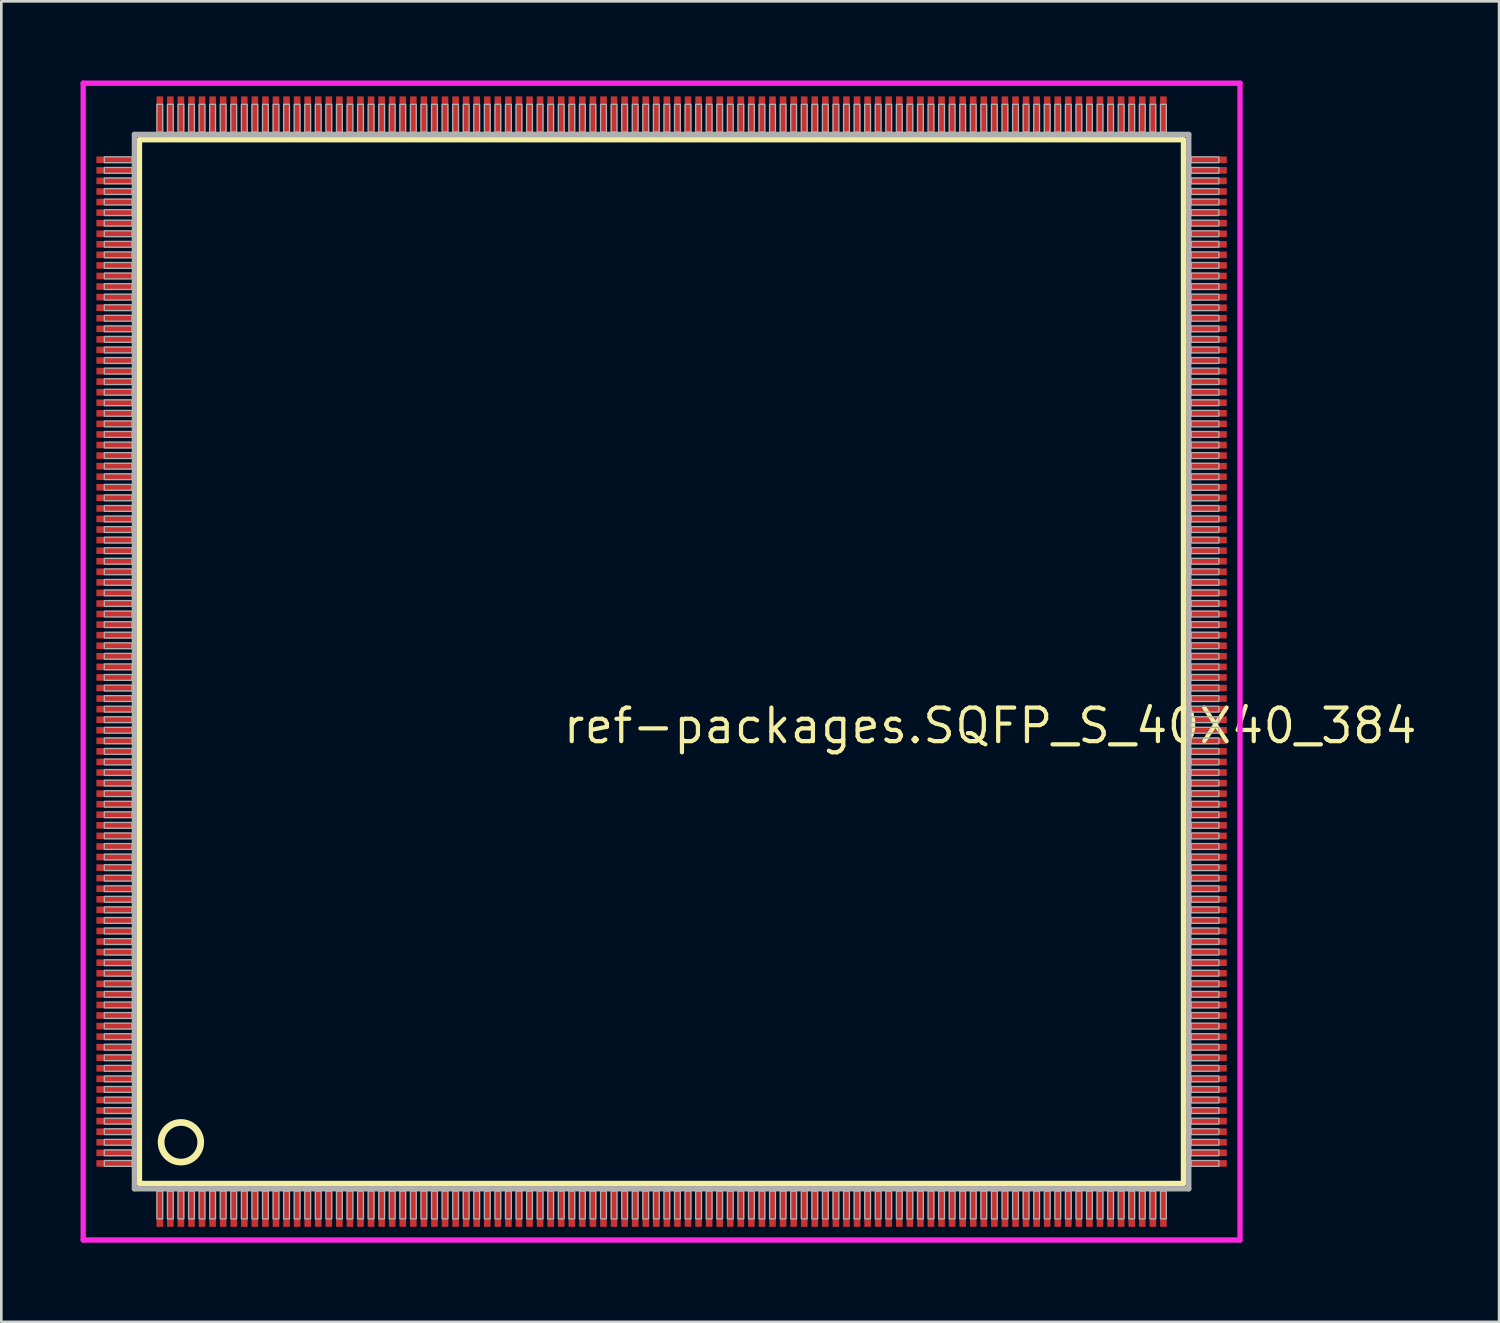
<source format=kicad_pcb>
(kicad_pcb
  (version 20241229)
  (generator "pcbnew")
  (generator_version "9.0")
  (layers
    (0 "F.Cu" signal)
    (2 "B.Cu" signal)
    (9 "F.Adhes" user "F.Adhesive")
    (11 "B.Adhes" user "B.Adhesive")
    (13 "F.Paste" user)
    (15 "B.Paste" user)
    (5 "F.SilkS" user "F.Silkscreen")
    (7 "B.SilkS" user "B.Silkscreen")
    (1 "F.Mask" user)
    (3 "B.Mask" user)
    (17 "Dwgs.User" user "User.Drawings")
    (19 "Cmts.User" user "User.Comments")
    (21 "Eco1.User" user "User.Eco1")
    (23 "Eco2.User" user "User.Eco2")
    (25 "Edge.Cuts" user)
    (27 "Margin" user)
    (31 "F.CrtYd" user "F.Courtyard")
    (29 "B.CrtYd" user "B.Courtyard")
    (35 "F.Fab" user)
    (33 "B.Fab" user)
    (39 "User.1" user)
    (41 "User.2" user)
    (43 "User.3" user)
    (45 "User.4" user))
  (footprint "ref-packages.SQFP_S_40X40_384"
    (layer "F.Cu")
    (at 22 22)
    (property "Reference" "ref-packages.SQFP_S_40X40_384" (at -3.81 3.175 0) (layer "F.SilkS") (effects (font (size 1.27 1.27) (thickness 0.16)) (justify left bottom)))
    (attr smd)
    (fp_line (start -19.77 -19.76) (end 19.76 -19.76) (stroke (width 0.203) (type default)) (layer "F.SilkS"))
    (fp_line (start -19.77 19.76) (end -19.77 -19.76) (stroke (width 0.203) (type default)) (layer "F.SilkS"))
    (fp_line (start 19.76 19.76) (end -19.77 19.76) (stroke (width 0.203) (type default)) (layer "F.SilkS"))
    (fp_line (start 19.76 -19.76) (end 19.76 19.76) (stroke (width 0.203) (type default)) (layer "F.SilkS"))
    (fp_circle (center -18.2 18.2) (end -17.45 18.2) (stroke (width 0.254) (type default)) (fill no) (layer "F.SilkS"))
    (fp_line (start -21.9 -21.9) (end 21.9 -21.9) (stroke (width 0.2) (type default)) (layer "F.CrtYd"))
    (fp_line (start -21.9 21.9) (end -21.9 -21.9) (stroke (width 0.2) (type default)) (layer "F.CrtYd"))
    (fp_line (start 21.9 -21.9) (end 21.9 21.9) (stroke (width 0.2) (type default)) (layer "F.CrtYd"))
    (fp_line (start 21.9 21.9) (end -21.9 21.9) (stroke (width 0.2) (type default)) (layer "F.CrtYd"))
    (fp_line (start -19.96 -19.96) (end -19.96 19.96) (stroke (width 0.203) (type default)) (layer "F.Fab"))
    (fp_line (start -19.96 19.96) (end 19.96 19.96) (stroke (width 0.203) (type default)) (layer "F.Fab"))
    (fp_line (start 19.96 -19.96) (end -19.96 -19.96) (stroke (width 0.203) (type default)) (layer "F.Fab"))
    (fp_line (start 19.96 19.96) (end 19.96 -19.96) (stroke (width 0.203) (type default)) (layer "F.Fab"))
    (fp_rect (start -21.1 -18.89) (end -20.05 -19.11) (stroke (width 0.05) (type default)) (fill no) (layer "F.Fab"))
    (fp_rect (start -21.1 -18.49) (end -20.05 -18.71) (stroke (width 0.05) (type default)) (fill no) (layer "F.Fab"))
    (fp_rect (start -21.1 -18.09) (end -20.05 -18.31) (stroke (width 0.05) (type default)) (fill no) (layer "F.Fab"))
    (fp_rect (start -21.1 -17.69) (end -20.05 -17.91) (stroke (width 0.05) (type default)) (fill no) (layer "F.Fab"))
    (fp_rect (start -21.1 -17.29) (end -20.05 -17.51) (stroke (width 0.05) (type default)) (fill no) (layer "F.Fab"))
    (fp_rect (start -21.1 -16.89) (end -20.05 -17.11) (stroke (width 0.05) (type default)) (fill no) (layer "F.Fab"))
    (fp_rect (start -21.1 -16.49) (end -20.05 -16.71) (stroke (width 0.05) (type default)) (fill no) (layer "F.Fab"))
    (fp_rect (start -21.1 -16.09) (end -20.05 -16.31) (stroke (width 0.05) (type default)) (fill no) (layer "F.Fab"))
    (fp_rect (start -21.1 -15.69) (end -20.05 -15.91) (stroke (width 0.05) (type default)) (fill no) (layer "F.Fab"))
    (fp_rect (start -21.1 -15.29) (end -20.05 -15.51) (stroke (width 0.05) (type default)) (fill no) (layer "F.Fab"))
    (fp_rect (start -21.1 -14.89) (end -20.05 -15.11) (stroke (width 0.05) (type default)) (fill no) (layer "F.Fab"))
    (fp_rect (start -21.1 -14.49) (end -20.05 -14.71) (stroke (width 0.05) (type default)) (fill no) (layer "F.Fab"))
    (fp_rect (start -21.1 -14.09) (end -20.05 -14.31) (stroke (width 0.05) (type default)) (fill no) (layer "F.Fab"))
    (fp_rect (start -21.1 -13.69) (end -20.05 -13.91) (stroke (width 0.05) (type default)) (fill no) (layer "F.Fab"))
    (fp_rect (start -21.1 -13.29) (end -20.05 -13.51) (stroke (width 0.05) (type default)) (fill no) (layer "F.Fab"))
    (fp_rect (start -21.1 -12.89) (end -20.05 -13.11) (stroke (width 0.05) (type default)) (fill no) (layer "F.Fab"))
    (fp_rect (start -21.1 -12.49) (end -20.05 -12.71) (stroke (width 0.05) (type default)) (fill no) (layer "F.Fab"))
    (fp_rect (start -21.1 -12.09) (end -20.05 -12.31) (stroke (width 0.05) (type default)) (fill no) (layer "F.Fab"))
    (fp_rect (start -21.1 -11.69) (end -20.05 -11.91) (stroke (width 0.05) (type default)) (fill no) (layer "F.Fab"))
    (fp_rect (start -21.1 -11.29) (end -20.05 -11.51) (stroke (width 0.05) (type default)) (fill no) (layer "F.Fab"))
    (fp_rect (start -21.1 -10.89) (end -20.05 -11.11) (stroke (width 0.05) (type default)) (fill no) (layer "F.Fab"))
    (fp_rect (start -21.1 -10.49) (end -20.05 -10.71) (stroke (width 0.05) (type default)) (fill no) (layer "F.Fab"))
    (fp_rect (start -21.1 -10.09) (end -20.05 -10.31) (stroke (width 0.05) (type default)) (fill no) (layer "F.Fab"))
    (fp_rect (start -21.1 -9.69) (end -20.05 -9.91) (stroke (width 0.05) (type default)) (fill no) (layer "F.Fab"))
    (fp_rect (start -21.1 -9.29) (end -20.05 -9.51) (stroke (width 0.05) (type default)) (fill no) (layer "F.Fab"))
    (fp_rect (start -21.1 -8.89) (end -20.05 -9.11) (stroke (width 0.05) (type default)) (fill no) (layer "F.Fab"))
    (fp_rect (start -21.1 -8.49) (end -20.05 -8.71) (stroke (width 0.05) (type default)) (fill no) (layer "F.Fab"))
    (fp_rect (start -21.1 -8.09) (end -20.05 -8.31) (stroke (width 0.05) (type default)) (fill no) (layer "F.Fab"))
    (fp_rect (start -21.1 -7.69) (end -20.05 -7.91) (stroke (width 0.05) (type default)) (fill no) (layer "F.Fab"))
    (fp_rect (start -21.1 -7.29) (end -20.05 -7.51) (stroke (width 0.05) (type default)) (fill no) (layer "F.Fab"))
    (fp_rect (start -21.1 -6.89) (end -20.05 -7.11) (stroke (width 0.05) (type default)) (fill no) (layer "F.Fab"))
    (fp_rect (start -21.1 -6.49) (end -20.05 -6.71) (stroke (width 0.05) (type default)) (fill no) (layer "F.Fab"))
    (fp_rect (start -21.1 -6.09) (end -20.05 -6.31) (stroke (width 0.05) (type default)) (fill no) (layer "F.Fab"))
    (fp_rect (start -21.1 -5.69) (end -20.05 -5.91) (stroke (width 0.05) (type default)) (fill no) (layer "F.Fab"))
    (fp_rect (start -21.1 -5.29) (end -20.05 -5.51) (stroke (width 0.05) (type default)) (fill no) (layer "F.Fab"))
    (fp_rect (start -21.1 -4.89) (end -20.05 -5.11) (stroke (width 0.05) (type default)) (fill no) (layer "F.Fab"))
    (fp_rect (start -21.1 -4.49) (end -20.05 -4.71) (stroke (width 0.05) (type default)) (fill no) (layer "F.Fab"))
    (fp_rect (start -21.1 -4.09) (end -20.05 -4.31) (stroke (width 0.05) (type default)) (fill no) (layer "F.Fab"))
    (fp_rect (start -21.1 -3.69) (end -20.05 -3.91) (stroke (width 0.05) (type default)) (fill no) (layer "F.Fab"))
    (fp_rect (start -21.1 -3.29) (end -20.05 -3.51) (stroke (width 0.05) (type default)) (fill no) (layer "F.Fab"))
    (fp_rect (start -21.1 -2.89) (end -20.05 -3.11) (stroke (width 0.05) (type default)) (fill no) (layer "F.Fab"))
    (fp_rect (start -21.1 -2.49) (end -20.05 -2.71) (stroke (width 0.05) (type default)) (fill no) (layer "F.Fab"))
    (fp_rect (start -21.1 -2.09) (end -20.05 -2.31) (stroke (width 0.05) (type default)) (fill no) (layer "F.Fab"))
    (fp_rect (start -21.1 -1.69) (end -20.05 -1.91) (stroke (width 0.05) (type default)) (fill no) (layer "F.Fab"))
    (fp_rect (start -21.1 -1.29) (end -20.05 -1.51) (stroke (width 0.05) (type default)) (fill no) (layer "F.Fab"))
    (fp_rect (start -21.1 -0.89) (end -20.05 -1.11) (stroke (width 0.05) (type default)) (fill no) (layer "F.Fab"))
    (fp_rect (start -21.1 -0.49) (end -20.05 -0.71) (stroke (width 0.05) (type default)) (fill no) (layer "F.Fab"))
    (fp_rect (start -21.1 -0.09) (end -20.05 -0.31) (stroke (width 0.05) (type default)) (fill no) (layer "F.Fab"))
    (fp_rect (start -21.1 0.31) (end -20.05 0.09) (stroke (width 0.05) (type default)) (fill no) (layer "F.Fab"))
    (fp_rect (start -21.1 0.71) (end -20.05 0.49) (stroke (width 0.05) (type default)) (fill no) (layer "F.Fab"))
    (fp_rect (start -21.1 1.11) (end -20.05 0.89) (stroke (width 0.05) (type default)) (fill no) (layer "F.Fab"))
    (fp_rect (start -21.1 1.51) (end -20.05 1.29) (stroke (width 0.05) (type default)) (fill no) (layer "F.Fab"))
    (fp_rect (start -21.1 1.91) (end -20.05 1.69) (stroke (width 0.05) (type default)) (fill no) (layer "F.Fab"))
    (fp_rect (start -21.1 2.31) (end -20.05 2.09) (stroke (width 0.05) (type default)) (fill no) (layer "F.Fab"))
    (fp_rect (start -21.1 2.71) (end -20.05 2.49) (stroke (width 0.05) (type default)) (fill no) (layer "F.Fab"))
    (fp_rect (start -21.1 3.11) (end -20.05 2.89) (stroke (width 0.05) (type default)) (fill no) (layer "F.Fab"))
    (fp_rect (start -21.1 3.51) (end -20.05 3.29) (stroke (width 0.05) (type default)) (fill no) (layer "F.Fab"))
    (fp_rect (start -21.1 3.91) (end -20.05 3.69) (stroke (width 0.05) (type default)) (fill no) (layer "F.Fab"))
    (fp_rect (start -21.1 4.31) (end -20.05 4.09) (stroke (width 0.05) (type default)) (fill no) (layer "F.Fab"))
    (fp_rect (start -21.1 4.71) (end -20.05 4.49) (stroke (width 0.05) (type default)) (fill no) (layer "F.Fab"))
    (fp_rect (start -21.1 5.11) (end -20.05 4.89) (stroke (width 0.05) (type default)) (fill no) (layer "F.Fab"))
    (fp_rect (start -21.1 5.51) (end -20.05 5.29) (stroke (width 0.05) (type default)) (fill no) (layer "F.Fab"))
    (fp_rect (start -21.1 5.91) (end -20.05 5.69) (stroke (width 0.05) (type default)) (fill no) (layer "F.Fab"))
    (fp_rect (start -21.1 6.31) (end -20.05 6.09) (stroke (width 0.05) (type default)) (fill no) (layer "F.Fab"))
    (fp_rect (start -21.1 6.71) (end -20.05 6.49) (stroke (width 0.05) (type default)) (fill no) (layer "F.Fab"))
    (fp_rect (start -21.1 7.11) (end -20.05 6.89) (stroke (width 0.05) (type default)) (fill no) (layer "F.Fab"))
    (fp_rect (start -21.1 7.51) (end -20.05 7.29) (stroke (width 0.05) (type default)) (fill no) (layer "F.Fab"))
    (fp_rect (start -21.1 7.91) (end -20.05 7.69) (stroke (width 0.05) (type default)) (fill no) (layer "F.Fab"))
    (fp_rect (start -21.1 8.31) (end -20.05 8.09) (stroke (width 0.05) (type default)) (fill no) (layer "F.Fab"))
    (fp_rect (start -21.1 8.71) (end -20.05 8.49) (stroke (width 0.05) (type default)) (fill no) (layer "F.Fab"))
    (fp_rect (start -21.1 9.11) (end -20.05 8.89) (stroke (width 0.05) (type default)) (fill no) (layer "F.Fab"))
    (fp_rect (start -21.1 9.51) (end -20.05 9.29) (stroke (width 0.05) (type default)) (fill no) (layer "F.Fab"))
    (fp_rect (start -21.1 9.91) (end -20.05 9.69) (stroke (width 0.05) (type default)) (fill no) (layer "F.Fab"))
    (fp_rect (start -21.1 10.31) (end -20.05 10.09) (stroke (width 0.05) (type default)) (fill no) (layer "F.Fab"))
    (fp_rect (start -21.1 10.71) (end -20.05 10.49) (stroke (width 0.05) (type default)) (fill no) (layer "F.Fab"))
    (fp_rect (start -21.1 11.11) (end -20.05 10.89) (stroke (width 0.05) (type default)) (fill no) (layer "F.Fab"))
    (fp_rect (start -21.1 11.51) (end -20.05 11.29) (stroke (width 0.05) (type default)) (fill no) (layer "F.Fab"))
    (fp_rect (start -21.1 11.91) (end -20.05 11.69) (stroke (width 0.05) (type default)) (fill no) (layer "F.Fab"))
    (fp_rect (start -21.1 12.31) (end -20.05 12.09) (stroke (width 0.05) (type default)) (fill no) (layer "F.Fab"))
    (fp_rect (start -21.1 12.71) (end -20.05 12.49) (stroke (width 0.05) (type default)) (fill no) (layer "F.Fab"))
    (fp_rect (start -21.1 13.11) (end -20.05 12.89) (stroke (width 0.05) (type default)) (fill no) (layer "F.Fab"))
    (fp_rect (start -21.1 13.51) (end -20.05 13.29) (stroke (width 0.05) (type default)) (fill no) (layer "F.Fab"))
    (fp_rect (start -21.1 13.91) (end -20.05 13.69) (stroke (width 0.05) (type default)) (fill no) (layer "F.Fab"))
    (fp_rect (start -21.1 14.31) (end -20.05 14.09) (stroke (width 0.05) (type default)) (fill no) (layer "F.Fab"))
    (fp_rect (start -21.1 14.71) (end -20.05 14.49) (stroke (width 0.05) (type default)) (fill no) (layer "F.Fab"))
    (fp_rect (start -21.1 15.11) (end -20.05 14.89) (stroke (width 0.05) (type default)) (fill no) (layer "F.Fab"))
    (fp_rect (start -21.1 15.51) (end -20.05 15.29) (stroke (width 0.05) (type default)) (fill no) (layer "F.Fab"))
    (fp_rect (start -21.1 15.91) (end -20.05 15.69) (stroke (width 0.05) (type default)) (fill no) (layer "F.Fab"))
    (fp_rect (start -21.1 16.31) (end -20.05 16.09) (stroke (width 0.05) (type default)) (fill no) (layer "F.Fab"))
    (fp_rect (start -21.1 16.71) (end -20.05 16.49) (stroke (width 0.05) (type default)) (fill no) (layer "F.Fab"))
    (fp_rect (start -21.1 17.11) (end -20.05 16.89) (stroke (width 0.05) (type default)) (fill no) (layer "F.Fab"))
    (fp_rect (start -21.1 17.51) (end -20.05 17.29) (stroke (width 0.05) (type default)) (fill no) (layer "F.Fab"))
    (fp_rect (start -21.1 17.91) (end -20.05 17.69) (stroke (width 0.05) (type default)) (fill no) (layer "F.Fab"))
    (fp_rect (start -21.1 18.31) (end -20.05 18.09) (stroke (width 0.05) (type default)) (fill no) (layer "F.Fab"))
    (fp_rect (start -21.1 18.71) (end -20.05 18.49) (stroke (width 0.05) (type default)) (fill no) (layer "F.Fab"))
    (fp_rect (start -21.1 19.11) (end -20.05 18.89) (stroke (width 0.05) (type default)) (fill no) (layer "F.Fab"))
    (fp_rect (start -19.11 -20.05) (end -18.89 -21.1) (stroke (width 0.05) (type default)) (fill no) (layer "F.Fab"))
    (fp_rect (start -19.11 21.1) (end -18.89 20.05) (stroke (width 0.05) (type default)) (fill no) (layer "F.Fab"))
    (fp_rect (start -18.71 -20.05) (end -18.49 -21.1) (stroke (width 0.05) (type default)) (fill no) (layer "F.Fab"))
    (fp_rect (start -18.71 21.1) (end -18.49 20.05) (stroke (width 0.05) (type default)) (fill no) (layer "F.Fab"))
    (fp_rect (start -18.31 -20.05) (end -18.09 -21.1) (stroke (width 0.05) (type default)) (fill no) (layer "F.Fab"))
    (fp_rect (start -18.31 21.1) (end -18.09 20.05) (stroke (width 0.05) (type default)) (fill no) (layer "F.Fab"))
    (fp_rect (start -17.91 -20.05) (end -17.69 -21.1) (stroke (width 0.05) (type default)) (fill no) (layer "F.Fab"))
    (fp_rect (start -17.91 21.1) (end -17.69 20.05) (stroke (width 0.05) (type default)) (fill no) (layer "F.Fab"))
    (fp_rect (start -17.51 -20.05) (end -17.29 -21.1) (stroke (width 0.05) (type default)) (fill no) (layer "F.Fab"))
    (fp_rect (start -17.51 21.1) (end -17.29 20.05) (stroke (width 0.05) (type default)) (fill no) (layer "F.Fab"))
    (fp_rect (start -17.11 -20.05) (end -16.89 -21.1) (stroke (width 0.05) (type default)) (fill no) (layer "F.Fab"))
    (fp_rect (start -17.11 21.1) (end -16.89 20.05) (stroke (width 0.05) (type default)) (fill no) (layer "F.Fab"))
    (fp_rect (start -16.71 -20.05) (end -16.49 -21.1) (stroke (width 0.05) (type default)) (fill no) (layer "F.Fab"))
    (fp_rect (start -16.71 21.1) (end -16.49 20.05) (stroke (width 0.05) (type default)) (fill no) (layer "F.Fab"))
    (fp_rect (start -16.31 -20.05) (end -16.09 -21.1) (stroke (width 0.05) (type default)) (fill no) (layer "F.Fab"))
    (fp_rect (start -16.31 21.1) (end -16.09 20.05) (stroke (width 0.05) (type default)) (fill no) (layer "F.Fab"))
    (fp_rect (start -15.91 -20.05) (end -15.69 -21.1) (stroke (width 0.05) (type default)) (fill no) (layer "F.Fab"))
    (fp_rect (start -15.91 21.1) (end -15.69 20.05) (stroke (width 0.05) (type default)) (fill no) (layer "F.Fab"))
    (fp_rect (start -15.51 -20.05) (end -15.29 -21.1) (stroke (width 0.05) (type default)) (fill no) (layer "F.Fab"))
    (fp_rect (start -15.51 21.1) (end -15.29 20.05) (stroke (width 0.05) (type default)) (fill no) (layer "F.Fab"))
    (fp_rect (start -15.11 -20.05) (end -14.89 -21.1) (stroke (width 0.05) (type default)) (fill no) (layer "F.Fab"))
    (fp_rect (start -15.11 21.1) (end -14.89 20.05) (stroke (width 0.05) (type default)) (fill no) (layer "F.Fab"))
    (fp_rect (start -14.71 -20.05) (end -14.49 -21.1) (stroke (width 0.05) (type default)) (fill no) (layer "F.Fab"))
    (fp_rect (start -14.71 21.1) (end -14.49 20.05) (stroke (width 0.05) (type default)) (fill no) (layer "F.Fab"))
    (fp_rect (start -14.31 -20.05) (end -14.09 -21.1) (stroke (width 0.05) (type default)) (fill no) (layer "F.Fab"))
    (fp_rect (start -14.31 21.1) (end -14.09 20.05) (stroke (width 0.05) (type default)) (fill no) (layer "F.Fab"))
    (fp_rect (start -13.91 -20.05) (end -13.69 -21.1) (stroke (width 0.05) (type default)) (fill no) (layer "F.Fab"))
    (fp_rect (start -13.91 21.1) (end -13.69 20.05) (stroke (width 0.05) (type default)) (fill no) (layer "F.Fab"))
    (fp_rect (start -13.51 -20.05) (end -13.29 -21.1) (stroke (width 0.05) (type default)) (fill no) (layer "F.Fab"))
    (fp_rect (start -13.51 21.1) (end -13.29 20.05) (stroke (width 0.05) (type default)) (fill no) (layer "F.Fab"))
    (fp_rect (start -13.11 -20.05) (end -12.89 -21.1) (stroke (width 0.05) (type default)) (fill no) (layer "F.Fab"))
    (fp_rect (start -13.11 21.1) (end -12.89 20.05) (stroke (width 0.05) (type default)) (fill no) (layer "F.Fab"))
    (fp_rect (start -12.71 -20.05) (end -12.49 -21.1) (stroke (width 0.05) (type default)) (fill no) (layer "F.Fab"))
    (fp_rect (start -12.71 21.1) (end -12.49 20.05) (stroke (width 0.05) (type default)) (fill no) (layer "F.Fab"))
    (fp_rect (start -12.31 -20.05) (end -12.09 -21.1) (stroke (width 0.05) (type default)) (fill no) (layer "F.Fab"))
    (fp_rect (start -12.31 21.1) (end -12.09 20.05) (stroke (width 0.05) (type default)) (fill no) (layer "F.Fab"))
    (fp_rect (start -11.91 -20.05) (end -11.69 -21.1) (stroke (width 0.05) (type default)) (fill no) (layer "F.Fab"))
    (fp_rect (start -11.91 21.1) (end -11.69 20.05) (stroke (width 0.05) (type default)) (fill no) (layer "F.Fab"))
    (fp_rect (start -11.51 -20.05) (end -11.29 -21.1) (stroke (width 0.05) (type default)) (fill no) (layer "F.Fab"))
    (fp_rect (start -11.51 21.1) (end -11.29 20.05) (stroke (width 0.05) (type default)) (fill no) (layer "F.Fab"))
    (fp_rect (start -11.11 -20.05) (end -10.89 -21.1) (stroke (width 0.05) (type default)) (fill no) (layer "F.Fab"))
    (fp_rect (start -11.11 21.1) (end -10.89 20.05) (stroke (width 0.05) (type default)) (fill no) (layer "F.Fab"))
    (fp_rect (start -10.71 -20.05) (end -10.49 -21.1) (stroke (width 0.05) (type default)) (fill no) (layer "F.Fab"))
    (fp_rect (start -10.71 21.1) (end -10.49 20.05) (stroke (width 0.05) (type default)) (fill no) (layer "F.Fab"))
    (fp_rect (start -10.31 -20.05) (end -10.09 -21.1) (stroke (width 0.05) (type default)) (fill no) (layer "F.Fab"))
    (fp_rect (start -10.31 21.1) (end -10.09 20.05) (stroke (width 0.05) (type default)) (fill no) (layer "F.Fab"))
    (fp_rect (start -9.91 -20.05) (end -9.69 -21.1) (stroke (width 0.05) (type default)) (fill no) (layer "F.Fab"))
    (fp_rect (start -9.91 21.1) (end -9.69 20.05) (stroke (width 0.05) (type default)) (fill no) (layer "F.Fab"))
    (fp_rect (start -9.51 -20.05) (end -9.29 -21.1) (stroke (width 0.05) (type default)) (fill no) (layer "F.Fab"))
    (fp_rect (start -9.51 21.1) (end -9.29 20.05) (stroke (width 0.05) (type default)) (fill no) (layer "F.Fab"))
    (fp_rect (start -9.11 -20.05) (end -8.89 -21.1) (stroke (width 0.05) (type default)) (fill no) (layer "F.Fab"))
    (fp_rect (start -9.11 21.1) (end -8.89 20.05) (stroke (width 0.05) (type default)) (fill no) (layer "F.Fab"))
    (fp_rect (start -8.71 -20.05) (end -8.49 -21.1) (stroke (width 0.05) (type default)) (fill no) (layer "F.Fab"))
    (fp_rect (start -8.71 21.1) (end -8.49 20.05) (stroke (width 0.05) (type default)) (fill no) (layer "F.Fab"))
    (fp_rect (start -8.31 -20.05) (end -8.09 -21.1) (stroke (width 0.05) (type default)) (fill no) (layer "F.Fab"))
    (fp_rect (start -8.31 21.1) (end -8.09 20.05) (stroke (width 0.05) (type default)) (fill no) (layer "F.Fab"))
    (fp_rect (start -7.91 -20.05) (end -7.69 -21.1) (stroke (width 0.05) (type default)) (fill no) (layer "F.Fab"))
    (fp_rect (start -7.91 21.1) (end -7.69 20.05) (stroke (width 0.05) (type default)) (fill no) (layer "F.Fab"))
    (fp_rect (start -7.51 -20.05) (end -7.29 -21.1) (stroke (width 0.05) (type default)) (fill no) (layer "F.Fab"))
    (fp_rect (start -7.51 21.1) (end -7.29 20.05) (stroke (width 0.05) (type default)) (fill no) (layer "F.Fab"))
    (fp_rect (start -7.11 -20.05) (end -6.89 -21.1) (stroke (width 0.05) (type default)) (fill no) (layer "F.Fab"))
    (fp_rect (start -7.11 21.1) (end -6.89 20.05) (stroke (width 0.05) (type default)) (fill no) (layer "F.Fab"))
    (fp_rect (start -6.71 -20.05) (end -6.49 -21.1) (stroke (width 0.05) (type default)) (fill no) (layer "F.Fab"))
    (fp_rect (start -6.71 21.1) (end -6.49 20.05) (stroke (width 0.05) (type default)) (fill no) (layer "F.Fab"))
    (fp_rect (start -6.31 -20.05) (end -6.09 -21.1) (stroke (width 0.05) (type default)) (fill no) (layer "F.Fab"))
    (fp_rect (start -6.31 21.1) (end -6.09 20.05) (stroke (width 0.05) (type default)) (fill no) (layer "F.Fab"))
    (fp_rect (start -5.91 -20.05) (end -5.69 -21.1) (stroke (width 0.05) (type default)) (fill no) (layer "F.Fab"))
    (fp_rect (start -5.91 21.1) (end -5.69 20.05) (stroke (width 0.05) (type default)) (fill no) (layer "F.Fab"))
    (fp_rect (start -5.51 -20.05) (end -5.29 -21.1) (stroke (width 0.05) (type default)) (fill no) (layer "F.Fab"))
    (fp_rect (start -5.51 21.1) (end -5.29 20.05) (stroke (width 0.05) (type default)) (fill no) (layer "F.Fab"))
    (fp_rect (start -5.11 -20.05) (end -4.89 -21.1) (stroke (width 0.05) (type default)) (fill no) (layer "F.Fab"))
    (fp_rect (start -5.11 21.1) (end -4.89 20.05) (stroke (width 0.05) (type default)) (fill no) (layer "F.Fab"))
    (fp_rect (start -4.71 -20.05) (end -4.49 -21.1) (stroke (width 0.05) (type default)) (fill no) (layer "F.Fab"))
    (fp_rect (start -4.71 21.1) (end -4.49 20.05) (stroke (width 0.05) (type default)) (fill no) (layer "F.Fab"))
    (fp_rect (start -4.31 -20.05) (end -4.09 -21.1) (stroke (width 0.05) (type default)) (fill no) (layer "F.Fab"))
    (fp_rect (start -4.31 21.1) (end -4.09 20.05) (stroke (width 0.05) (type default)) (fill no) (layer "F.Fab"))
    (fp_rect (start -3.91 -20.05) (end -3.69 -21.1) (stroke (width 0.05) (type default)) (fill no) (layer "F.Fab"))
    (fp_rect (start -3.91 21.1) (end -3.69 20.05) (stroke (width 0.05) (type default)) (fill no) (layer "F.Fab"))
    (fp_rect (start -3.51 -20.05) (end -3.29 -21.1) (stroke (width 0.05) (type default)) (fill no) (layer "F.Fab"))
    (fp_rect (start -3.51 21.1) (end -3.29 20.05) (stroke (width 0.05) (type default)) (fill no) (layer "F.Fab"))
    (fp_rect (start -3.11 -20.05) (end -2.89 -21.1) (stroke (width 0.05) (type default)) (fill no) (layer "F.Fab"))
    (fp_rect (start -3.11 21.1) (end -2.89 20.05) (stroke (width 0.05) (type default)) (fill no) (layer "F.Fab"))
    (fp_rect (start -2.71 -20.05) (end -2.49 -21.1) (stroke (width 0.05) (type default)) (fill no) (layer "F.Fab"))
    (fp_rect (start -2.71 21.1) (end -2.49 20.05) (stroke (width 0.05) (type default)) (fill no) (layer "F.Fab"))
    (fp_rect (start -2.31 -20.05) (end -2.09 -21.1) (stroke (width 0.05) (type default)) (fill no) (layer "F.Fab"))
    (fp_rect (start -2.31 21.1) (end -2.09 20.05) (stroke (width 0.05) (type default)) (fill no) (layer "F.Fab"))
    (fp_rect (start -1.91 -20.05) (end -1.69 -21.1) (stroke (width 0.05) (type default)) (fill no) (layer "F.Fab"))
    (fp_rect (start -1.91 21.1) (end -1.69 20.05) (stroke (width 0.05) (type default)) (fill no) (layer "F.Fab"))
    (fp_rect (start -1.51 -20.05) (end -1.29 -21.1) (stroke (width 0.05) (type default)) (fill no) (layer "F.Fab"))
    (fp_rect (start -1.51 21.1) (end -1.29 20.05) (stroke (width 0.05) (type default)) (fill no) (layer "F.Fab"))
    (fp_rect (start -1.11 -20.05) (end -0.89 -21.1) (stroke (width 0.05) (type default)) (fill no) (layer "F.Fab"))
    (fp_rect (start -1.11 21.1) (end -0.89 20.05) (stroke (width 0.05) (type default)) (fill no) (layer "F.Fab"))
    (fp_rect (start -0.71 -20.05) (end -0.49 -21.1) (stroke (width 0.05) (type default)) (fill no) (layer "F.Fab"))
    (fp_rect (start -0.71 21.1) (end -0.49 20.05) (stroke (width 0.05) (type default)) (fill no) (layer "F.Fab"))
    (fp_rect (start -0.31 -20.05) (end -0.09 -21.1) (stroke (width 0.05) (type default)) (fill no) (layer "F.Fab"))
    (fp_rect (start -0.31 21.1) (end -0.09 20.05) (stroke (width 0.05) (type default)) (fill no) (layer "F.Fab"))
    (fp_rect (start 0.09 -20.05) (end 0.31 -21.1) (stroke (width 0.05) (type default)) (fill no) (layer "F.Fab"))
    (fp_rect (start 0.09 21.1) (end 0.31 20.05) (stroke (width 0.05) (type default)) (fill no) (layer "F.Fab"))
    (fp_rect (start 0.49 -20.05) (end 0.71 -21.1) (stroke (width 0.05) (type default)) (fill no) (layer "F.Fab"))
    (fp_rect (start 0.49 21.1) (end 0.71 20.05) (stroke (width 0.05) (type default)) (fill no) (layer "F.Fab"))
    (fp_rect (start 0.89 -20.05) (end 1.11 -21.1) (stroke (width 0.05) (type default)) (fill no) (layer "F.Fab"))
    (fp_rect (start 0.89 21.1) (end 1.11 20.05) (stroke (width 0.05) (type default)) (fill no) (layer "F.Fab"))
    (fp_rect (start 1.29 -20.05) (end 1.51 -21.1) (stroke (width 0.05) (type default)) (fill no) (layer "F.Fab"))
    (fp_rect (start 1.29 21.1) (end 1.51 20.05) (stroke (width 0.05) (type default)) (fill no) (layer "F.Fab"))
    (fp_rect (start 1.69 -20.05) (end 1.91 -21.1) (stroke (width 0.05) (type default)) (fill no) (layer "F.Fab"))
    (fp_rect (start 1.69 21.1) (end 1.91 20.05) (stroke (width 0.05) (type default)) (fill no) (layer "F.Fab"))
    (fp_rect (start 2.09 -20.05) (end 2.31 -21.1) (stroke (width 0.05) (type default)) (fill no) (layer "F.Fab"))
    (fp_rect (start 2.09 21.1) (end 2.31 20.05) (stroke (width 0.05) (type default)) (fill no) (layer "F.Fab"))
    (fp_rect (start 2.49 -20.05) (end 2.71 -21.1) (stroke (width 0.05) (type default)) (fill no) (layer "F.Fab"))
    (fp_rect (start 2.49 21.1) (end 2.71 20.05) (stroke (width 0.05) (type default)) (fill no) (layer "F.Fab"))
    (fp_rect (start 2.89 -20.05) (end 3.11 -21.1) (stroke (width 0.05) (type default)) (fill no) (layer "F.Fab"))
    (fp_rect (start 2.89 21.1) (end 3.11 20.05) (stroke (width 0.05) (type default)) (fill no) (layer "F.Fab"))
    (fp_rect (start 3.29 -20.05) (end 3.51 -21.1) (stroke (width 0.05) (type default)) (fill no) (layer "F.Fab"))
    (fp_rect (start 3.29 21.1) (end 3.51 20.05) (stroke (width 0.05) (type default)) (fill no) (layer "F.Fab"))
    (fp_rect (start 3.69 -20.05) (end 3.91 -21.1) (stroke (width 0.05) (type default)) (fill no) (layer "F.Fab"))
    (fp_rect (start 3.69 21.1) (end 3.91 20.05) (stroke (width 0.05) (type default)) (fill no) (layer "F.Fab"))
    (fp_rect (start 4.09 -20.05) (end 4.31 -21.1) (stroke (width 0.05) (type default)) (fill no) (layer "F.Fab"))
    (fp_rect (start 4.09 21.1) (end 4.31 20.05) (stroke (width 0.05) (type default)) (fill no) (layer "F.Fab"))
    (fp_rect (start 4.49 -20.05) (end 4.71 -21.1) (stroke (width 0.05) (type default)) (fill no) (layer "F.Fab"))
    (fp_rect (start 4.49 21.1) (end 4.71 20.05) (stroke (width 0.05) (type default)) (fill no) (layer "F.Fab"))
    (fp_rect (start 4.89 -20.05) (end 5.11 -21.1) (stroke (width 0.05) (type default)) (fill no) (layer "F.Fab"))
    (fp_rect (start 4.89 21.1) (end 5.11 20.05) (stroke (width 0.05) (type default)) (fill no) (layer "F.Fab"))
    (fp_rect (start 5.29 -20.05) (end 5.51 -21.1) (stroke (width 0.05) (type default)) (fill no) (layer "F.Fab"))
    (fp_rect (start 5.29 21.1) (end 5.51 20.05) (stroke (width 0.05) (type default)) (fill no) (layer "F.Fab"))
    (fp_rect (start 5.69 -20.05) (end 5.91 -21.1) (stroke (width 0.05) (type default)) (fill no) (layer "F.Fab"))
    (fp_rect (start 5.69 21.1) (end 5.91 20.05) (stroke (width 0.05) (type default)) (fill no) (layer "F.Fab"))
    (fp_rect (start 6.09 -20.05) (end 6.31 -21.1) (stroke (width 0.05) (type default)) (fill no) (layer "F.Fab"))
    (fp_rect (start 6.09 21.1) (end 6.31 20.05) (stroke (width 0.05) (type default)) (fill no) (layer "F.Fab"))
    (fp_rect (start 6.49 -20.05) (end 6.71 -21.1) (stroke (width 0.05) (type default)) (fill no) (layer "F.Fab"))
    (fp_rect (start 6.49 21.1) (end 6.71 20.05) (stroke (width 0.05) (type default)) (fill no) (layer "F.Fab"))
    (fp_rect (start 6.89 -20.05) (end 7.11 -21.1) (stroke (width 0.05) (type default)) (fill no) (layer "F.Fab"))
    (fp_rect (start 6.89 21.1) (end 7.11 20.05) (stroke (width 0.05) (type default)) (fill no) (layer "F.Fab"))
    (fp_rect (start 7.29 -20.05) (end 7.51 -21.1) (stroke (width 0.05) (type default)) (fill no) (layer "F.Fab"))
    (fp_rect (start 7.29 21.1) (end 7.51 20.05) (stroke (width 0.05) (type default)) (fill no) (layer "F.Fab"))
    (fp_rect (start 7.69 -20.05) (end 7.91 -21.1) (stroke (width 0.05) (type default)) (fill no) (layer "F.Fab"))
    (fp_rect (start 7.69 21.1) (end 7.91 20.05) (stroke (width 0.05) (type default)) (fill no) (layer "F.Fab"))
    (fp_rect (start 8.09 -20.05) (end 8.31 -21.1) (stroke (width 0.05) (type default)) (fill no) (layer "F.Fab"))
    (fp_rect (start 8.09 21.1) (end 8.31 20.05) (stroke (width 0.05) (type default)) (fill no) (layer "F.Fab"))
    (fp_rect (start 8.49 -20.05) (end 8.71 -21.1) (stroke (width 0.05) (type default)) (fill no) (layer "F.Fab"))
    (fp_rect (start 8.49 21.1) (end 8.71 20.05) (stroke (width 0.05) (type default)) (fill no) (layer "F.Fab"))
    (fp_rect (start 8.89 -20.05) (end 9.11 -21.1) (stroke (width 0.05) (type default)) (fill no) (layer "F.Fab"))
    (fp_rect (start 8.89 21.1) (end 9.11 20.05) (stroke (width 0.05) (type default)) (fill no) (layer "F.Fab"))
    (fp_rect (start 9.29 -20.05) (end 9.51 -21.1) (stroke (width 0.05) (type default)) (fill no) (layer "F.Fab"))
    (fp_rect (start 9.29 21.1) (end 9.51 20.05) (stroke (width 0.05) (type default)) (fill no) (layer "F.Fab"))
    (fp_rect (start 9.69 -20.05) (end 9.91 -21.1) (stroke (width 0.05) (type default)) (fill no) (layer "F.Fab"))
    (fp_rect (start 9.69 21.1) (end 9.91 20.05) (stroke (width 0.05) (type default)) (fill no) (layer "F.Fab"))
    (fp_rect (start 10.09 -20.05) (end 10.31 -21.1) (stroke (width 0.05) (type default)) (fill no) (layer "F.Fab"))
    (fp_rect (start 10.09 21.1) (end 10.31 20.05) (stroke (width 0.05) (type default)) (fill no) (layer "F.Fab"))
    (fp_rect (start 10.49 -20.05) (end 10.71 -21.1) (stroke (width 0.05) (type default)) (fill no) (layer "F.Fab"))
    (fp_rect (start 10.49 21.1) (end 10.71 20.05) (stroke (width 0.05) (type default)) (fill no) (layer "F.Fab"))
    (fp_rect (start 10.89 -20.05) (end 11.11 -21.1) (stroke (width 0.05) (type default)) (fill no) (layer "F.Fab"))
    (fp_rect (start 10.89 21.1) (end 11.11 20.05) (stroke (width 0.05) (type default)) (fill no) (layer "F.Fab"))
    (fp_rect (start 11.29 -20.05) (end 11.51 -21.1) (stroke (width 0.05) (type default)) (fill no) (layer "F.Fab"))
    (fp_rect (start 11.29 21.1) (end 11.51 20.05) (stroke (width 0.05) (type default)) (fill no) (layer "F.Fab"))
    (fp_rect (start 11.69 -20.05) (end 11.91 -21.1) (stroke (width 0.05) (type default)) (fill no) (layer "F.Fab"))
    (fp_rect (start 11.69 21.1) (end 11.91 20.05) (stroke (width 0.05) (type default)) (fill no) (layer "F.Fab"))
    (fp_rect (start 12.09 -20.05) (end 12.31 -21.1) (stroke (width 0.05) (type default)) (fill no) (layer "F.Fab"))
    (fp_rect (start 12.09 21.1) (end 12.31 20.05) (stroke (width 0.05) (type default)) (fill no) (layer "F.Fab"))
    (fp_rect (start 12.49 -20.05) (end 12.71 -21.1) (stroke (width 0.05) (type default)) (fill no) (layer "F.Fab"))
    (fp_rect (start 12.49 21.1) (end 12.71 20.05) (stroke (width 0.05) (type default)) (fill no) (layer "F.Fab"))
    (fp_rect (start 12.89 -20.05) (end 13.11 -21.1) (stroke (width 0.05) (type default)) (fill no) (layer "F.Fab"))
    (fp_rect (start 12.89 21.1) (end 13.11 20.05) (stroke (width 0.05) (type default)) (fill no) (layer "F.Fab"))
    (fp_rect (start 13.29 -20.05) (end 13.51 -21.1) (stroke (width 0.05) (type default)) (fill no) (layer "F.Fab"))
    (fp_rect (start 13.29 21.1) (end 13.51 20.05) (stroke (width 0.05) (type default)) (fill no) (layer "F.Fab"))
    (fp_rect (start 13.69 -20.05) (end 13.91 -21.1) (stroke (width 0.05) (type default)) (fill no) (layer "F.Fab"))
    (fp_rect (start 13.69 21.1) (end 13.91 20.05) (stroke (width 0.05) (type default)) (fill no) (layer "F.Fab"))
    (fp_rect (start 14.09 -20.05) (end 14.31 -21.1) (stroke (width 0.05) (type default)) (fill no) (layer "F.Fab"))
    (fp_rect (start 14.09 21.1) (end 14.31 20.05) (stroke (width 0.05) (type default)) (fill no) (layer "F.Fab"))
    (fp_rect (start 14.49 -20.05) (end 14.71 -21.1) (stroke (width 0.05) (type default)) (fill no) (layer "F.Fab"))
    (fp_rect (start 14.49 21.1) (end 14.71 20.05) (stroke (width 0.05) (type default)) (fill no) (layer "F.Fab"))
    (fp_rect (start 14.89 -20.05) (end 15.11 -21.1) (stroke (width 0.05) (type default)) (fill no) (layer "F.Fab"))
    (fp_rect (start 14.89 21.1) (end 15.11 20.05) (stroke (width 0.05) (type default)) (fill no) (layer "F.Fab"))
    (fp_rect (start 15.29 -20.05) (end 15.51 -21.1) (stroke (width 0.05) (type default)) (fill no) (layer "F.Fab"))
    (fp_rect (start 15.29 21.1) (end 15.51 20.05) (stroke (width 0.05) (type default)) (fill no) (layer "F.Fab"))
    (fp_rect (start 15.69 -20.05) (end 15.91 -21.1) (stroke (width 0.05) (type default)) (fill no) (layer "F.Fab"))
    (fp_rect (start 15.69 21.1) (end 15.91 20.05) (stroke (width 0.05) (type default)) (fill no) (layer "F.Fab"))
    (fp_rect (start 16.09 -20.05) (end 16.31 -21.1) (stroke (width 0.05) (type default)) (fill no) (layer "F.Fab"))
    (fp_rect (start 16.09 21.1) (end 16.31 20.05) (stroke (width 0.05) (type default)) (fill no) (layer "F.Fab"))
    (fp_rect (start 16.49 -20.05) (end 16.71 -21.1) (stroke (width 0.05) (type default)) (fill no) (layer "F.Fab"))
    (fp_rect (start 16.49 21.1) (end 16.71 20.05) (stroke (width 0.05) (type default)) (fill no) (layer "F.Fab"))
    (fp_rect (start 16.89 -20.05) (end 17.11 -21.1) (stroke (width 0.05) (type default)) (fill no) (layer "F.Fab"))
    (fp_rect (start 16.89 21.1) (end 17.11 20.05) (stroke (width 0.05) (type default)) (fill no) (layer "F.Fab"))
    (fp_rect (start 17.29 -20.05) (end 17.51 -21.1) (stroke (width 0.05) (type default)) (fill no) (layer "F.Fab"))
    (fp_rect (start 17.29 21.1) (end 17.51 20.05) (stroke (width 0.05) (type default)) (fill no) (layer "F.Fab"))
    (fp_rect (start 17.69 -20.05) (end 17.91 -21.1) (stroke (width 0.05) (type default)) (fill no) (layer "F.Fab"))
    (fp_rect (start 17.69 21.1) (end 17.91 20.05) (stroke (width 0.05) (type default)) (fill no) (layer "F.Fab"))
    (fp_rect (start 18.09 -20.05) (end 18.31 -21.1) (stroke (width 0.05) (type default)) (fill no) (layer "F.Fab"))
    (fp_rect (start 18.09 21.1) (end 18.31 20.05) (stroke (width 0.05) (type default)) (fill no) (layer "F.Fab"))
    (fp_rect (start 18.49 -20.05) (end 18.71 -21.1) (stroke (width 0.05) (type default)) (fill no) (layer "F.Fab"))
    (fp_rect (start 18.49 21.1) (end 18.71 20.05) (stroke (width 0.05) (type default)) (fill no) (layer "F.Fab"))
    (fp_rect (start 18.89 -20.05) (end 19.11 -21.1) (stroke (width 0.05) (type default)) (fill no) (layer "F.Fab"))
    (fp_rect (start 18.89 21.1) (end 19.11 20.05) (stroke (width 0.05) (type default)) (fill no) (layer "F.Fab"))
    (fp_rect (start 20.05 -18.89) (end 21.1 -19.11) (stroke (width 0.05) (type default)) (fill no) (layer "F.Fab"))
    (fp_rect (start 20.05 -18.49) (end 21.1 -18.71) (stroke (width 0.05) (type default)) (fill no) (layer "F.Fab"))
    (fp_rect (start 20.05 -18.09) (end 21.1 -18.31) (stroke (width 0.05) (type default)) (fill no) (layer "F.Fab"))
    (fp_rect (start 20.05 -17.69) (end 21.1 -17.91) (stroke (width 0.05) (type default)) (fill no) (layer "F.Fab"))
    (fp_rect (start 20.05 -17.29) (end 21.1 -17.51) (stroke (width 0.05) (type default)) (fill no) (layer "F.Fab"))
    (fp_rect (start 20.05 -16.89) (end 21.1 -17.11) (stroke (width 0.05) (type default)) (fill no) (layer "F.Fab"))
    (fp_rect (start 20.05 -16.49) (end 21.1 -16.71) (stroke (width 0.05) (type default)) (fill no) (layer "F.Fab"))
    (fp_rect (start 20.05 -16.09) (end 21.1 -16.31) (stroke (width 0.05) (type default)) (fill no) (layer "F.Fab"))
    (fp_rect (start 20.05 -15.69) (end 21.1 -15.91) (stroke (width 0.05) (type default)) (fill no) (layer "F.Fab"))
    (fp_rect (start 20.05 -15.29) (end 21.1 -15.51) (stroke (width 0.05) (type default)) (fill no) (layer "F.Fab"))
    (fp_rect (start 20.05 -14.89) (end 21.1 -15.11) (stroke (width 0.05) (type default)) (fill no) (layer "F.Fab"))
    (fp_rect (start 20.05 -14.49) (end 21.1 -14.71) (stroke (width 0.05) (type default)) (fill no) (layer "F.Fab"))
    (fp_rect (start 20.05 -14.09) (end 21.1 -14.31) (stroke (width 0.05) (type default)) (fill no) (layer "F.Fab"))
    (fp_rect (start 20.05 -13.69) (end 21.1 -13.91) (stroke (width 0.05) (type default)) (fill no) (layer "F.Fab"))
    (fp_rect (start 20.05 -13.29) (end 21.1 -13.51) (stroke (width 0.05) (type default)) (fill no) (layer "F.Fab"))
    (fp_rect (start 20.05 -12.89) (end 21.1 -13.11) (stroke (width 0.05) (type default)) (fill no) (layer "F.Fab"))
    (fp_rect (start 20.05 -12.49) (end 21.1 -12.71) (stroke (width 0.05) (type default)) (fill no) (layer "F.Fab"))
    (fp_rect (start 20.05 -12.09) (end 21.1 -12.31) (stroke (width 0.05) (type default)) (fill no) (layer "F.Fab"))
    (fp_rect (start 20.05 -11.69) (end 21.1 -11.91) (stroke (width 0.05) (type default)) (fill no) (layer "F.Fab"))
    (fp_rect (start 20.05 -11.29) (end 21.1 -11.51) (stroke (width 0.05) (type default)) (fill no) (layer "F.Fab"))
    (fp_rect (start 20.05 -10.89) (end 21.1 -11.11) (stroke (width 0.05) (type default)) (fill no) (layer "F.Fab"))
    (fp_rect (start 20.05 -10.49) (end 21.1 -10.71) (stroke (width 0.05) (type default)) (fill no) (layer "F.Fab"))
    (fp_rect (start 20.05 -10.09) (end 21.1 -10.31) (stroke (width 0.05) (type default)) (fill no) (layer "F.Fab"))
    (fp_rect (start 20.05 -9.69) (end 21.1 -9.91) (stroke (width 0.05) (type default)) (fill no) (layer "F.Fab"))
    (fp_rect (start 20.05 -9.29) (end 21.1 -9.51) (stroke (width 0.05) (type default)) (fill no) (layer "F.Fab"))
    (fp_rect (start 20.05 -8.89) (end 21.1 -9.11) (stroke (width 0.05) (type default)) (fill no) (layer "F.Fab"))
    (fp_rect (start 20.05 -8.49) (end 21.1 -8.71) (stroke (width 0.05) (type default)) (fill no) (layer "F.Fab"))
    (fp_rect (start 20.05 -8.09) (end 21.1 -8.31) (stroke (width 0.05) (type default)) (fill no) (layer "F.Fab"))
    (fp_rect (start 20.05 -7.69) (end 21.1 -7.91) (stroke (width 0.05) (type default)) (fill no) (layer "F.Fab"))
    (fp_rect (start 20.05 -7.29) (end 21.1 -7.51) (stroke (width 0.05) (type default)) (fill no) (layer "F.Fab"))
    (fp_rect (start 20.05 -6.89) (end 21.1 -7.11) (stroke (width 0.05) (type default)) (fill no) (layer "F.Fab"))
    (fp_rect (start 20.05 -6.49) (end 21.1 -6.71) (stroke (width 0.05) (type default)) (fill no) (layer "F.Fab"))
    (fp_rect (start 20.05 -6.09) (end 21.1 -6.31) (stroke (width 0.05) (type default)) (fill no) (layer "F.Fab"))
    (fp_rect (start 20.05 -5.69) (end 21.1 -5.91) (stroke (width 0.05) (type default)) (fill no) (layer "F.Fab"))
    (fp_rect (start 20.05 -5.29) (end 21.1 -5.51) (stroke (width 0.05) (type default)) (fill no) (layer "F.Fab"))
    (fp_rect (start 20.05 -4.89) (end 21.1 -5.11) (stroke (width 0.05) (type default)) (fill no) (layer "F.Fab"))
    (fp_rect (start 20.05 -4.49) (end 21.1 -4.71) (stroke (width 0.05) (type default)) (fill no) (layer "F.Fab"))
    (fp_rect (start 20.05 -4.09) (end 21.1 -4.31) (stroke (width 0.05) (type default)) (fill no) (layer "F.Fab"))
    (fp_rect (start 20.05 -3.69) (end 21.1 -3.91) (stroke (width 0.05) (type default)) (fill no) (layer "F.Fab"))
    (fp_rect (start 20.05 -3.29) (end 21.1 -3.51) (stroke (width 0.05) (type default)) (fill no) (layer "F.Fab"))
    (fp_rect (start 20.05 -2.89) (end 21.1 -3.11) (stroke (width 0.05) (type default)) (fill no) (layer "F.Fab"))
    (fp_rect (start 20.05 -2.49) (end 21.1 -2.71) (stroke (width 0.05) (type default)) (fill no) (layer "F.Fab"))
    (fp_rect (start 20.05 -2.09) (end 21.1 -2.31) (stroke (width 0.05) (type default)) (fill no) (layer "F.Fab"))
    (fp_rect (start 20.05 -1.69) (end 21.1 -1.91) (stroke (width 0.05) (type default)) (fill no) (layer "F.Fab"))
    (fp_rect (start 20.05 -1.29) (end 21.1 -1.51) (stroke (width 0.05) (type default)) (fill no) (layer "F.Fab"))
    (fp_rect (start 20.05 -0.89) (end 21.1 -1.11) (stroke (width 0.05) (type default)) (fill no) (layer "F.Fab"))
    (fp_rect (start 20.05 -0.49) (end 21.1 -0.71) (stroke (width 0.05) (type default)) (fill no) (layer "F.Fab"))
    (fp_rect (start 20.05 -0.09) (end 21.1 -0.31) (stroke (width 0.05) (type default)) (fill no) (layer "F.Fab"))
    (fp_rect (start 20.05 0.31) (end 21.1 0.09) (stroke (width 0.05) (type default)) (fill no) (layer "F.Fab"))
    (fp_rect (start 20.05 0.71) (end 21.1 0.49) (stroke (width 0.05) (type default)) (fill no) (layer "F.Fab"))
    (fp_rect (start 20.05 1.11) (end 21.1 0.89) (stroke (width 0.05) (type default)) (fill no) (layer "F.Fab"))
    (fp_rect (start 20.05 1.51) (end 21.1 1.29) (stroke (width 0.05) (type default)) (fill no) (layer "F.Fab"))
    (fp_rect (start 20.05 1.91) (end 21.1 1.69) (stroke (width 0.05) (type default)) (fill no) (layer "F.Fab"))
    (fp_rect (start 20.05 2.31) (end 21.1 2.09) (stroke (width 0.05) (type default)) (fill no) (layer "F.Fab"))
    (fp_rect (start 20.05 2.71) (end 21.1 2.49) (stroke (width 0.05) (type default)) (fill no) (layer "F.Fab"))
    (fp_rect (start 20.05 3.11) (end 21.1 2.89) (stroke (width 0.05) (type default)) (fill no) (layer "F.Fab"))
    (fp_rect (start 20.05 3.51) (end 21.1 3.29) (stroke (width 0.05) (type default)) (fill no) (layer "F.Fab"))
    (fp_rect (start 20.05 3.91) (end 21.1 3.69) (stroke (width 0.05) (type default)) (fill no) (layer "F.Fab"))
    (fp_rect (start 20.05 4.31) (end 21.1 4.09) (stroke (width 0.05) (type default)) (fill no) (layer "F.Fab"))
    (fp_rect (start 20.05 4.71) (end 21.1 4.49) (stroke (width 0.05) (type default)) (fill no) (layer "F.Fab"))
    (fp_rect (start 20.05 5.11) (end 21.1 4.89) (stroke (width 0.05) (type default)) (fill no) (layer "F.Fab"))
    (fp_rect (start 20.05 5.51) (end 21.1 5.29) (stroke (width 0.05) (type default)) (fill no) (layer "F.Fab"))
    (fp_rect (start 20.05 5.91) (end 21.1 5.69) (stroke (width 0.05) (type default)) (fill no) (layer "F.Fab"))
    (fp_rect (start 20.05 6.31) (end 21.1 6.09) (stroke (width 0.05) (type default)) (fill no) (layer "F.Fab"))
    (fp_rect (start 20.05 6.71) (end 21.1 6.49) (stroke (width 0.05) (type default)) (fill no) (layer "F.Fab"))
    (fp_rect (start 20.05 7.11) (end 21.1 6.89) (stroke (width 0.05) (type default)) (fill no) (layer "F.Fab"))
    (fp_rect (start 20.05 7.51) (end 21.1 7.29) (stroke (width 0.05) (type default)) (fill no) (layer "F.Fab"))
    (fp_rect (start 20.05 7.91) (end 21.1 7.69) (stroke (width 0.05) (type default)) (fill no) (layer "F.Fab"))
    (fp_rect (start 20.05 8.31) (end 21.1 8.09) (stroke (width 0.05) (type default)) (fill no) (layer "F.Fab"))
    (fp_rect (start 20.05 8.71) (end 21.1 8.49) (stroke (width 0.05) (type default)) (fill no) (layer "F.Fab"))
    (fp_rect (start 20.05 9.11) (end 21.1 8.89) (stroke (width 0.05) (type default)) (fill no) (layer "F.Fab"))
    (fp_rect (start 20.05 9.51) (end 21.1 9.29) (stroke (width 0.05) (type default)) (fill no) (layer "F.Fab"))
    (fp_rect (start 20.05 9.91) (end 21.1 9.69) (stroke (width 0.05) (type default)) (fill no) (layer "F.Fab"))
    (fp_rect (start 20.05 10.31) (end 21.1 10.09) (stroke (width 0.05) (type default)) (fill no) (layer "F.Fab"))
    (fp_rect (start 20.05 10.71) (end 21.1 10.49) (stroke (width 0.05) (type default)) (fill no) (layer "F.Fab"))
    (fp_rect (start 20.05 11.11) (end 21.1 10.89) (stroke (width 0.05) (type default)) (fill no) (layer "F.Fab"))
    (fp_rect (start 20.05 11.51) (end 21.1 11.29) (stroke (width 0.05) (type default)) (fill no) (layer "F.Fab"))
    (fp_rect (start 20.05 11.91) (end 21.1 11.69) (stroke (width 0.05) (type default)) (fill no) (layer "F.Fab"))
    (fp_rect (start 20.05 12.31) (end 21.1 12.09) (stroke (width 0.05) (type default)) (fill no) (layer "F.Fab"))
    (fp_rect (start 20.05 12.71) (end 21.1 12.49) (stroke (width 0.05) (type default)) (fill no) (layer "F.Fab"))
    (fp_rect (start 20.05 13.11) (end 21.1 12.89) (stroke (width 0.05) (type default)) (fill no) (layer "F.Fab"))
    (fp_rect (start 20.05 13.51) (end 21.1 13.29) (stroke (width 0.05) (type default)) (fill no) (layer "F.Fab"))
    (fp_rect (start 20.05 13.91) (end 21.1 13.69) (stroke (width 0.05) (type default)) (fill no) (layer "F.Fab"))
    (fp_rect (start 20.05 14.31) (end 21.1 14.09) (stroke (width 0.05) (type default)) (fill no) (layer "F.Fab"))
    (fp_rect (start 20.05 14.71) (end 21.1 14.49) (stroke (width 0.05) (type default)) (fill no) (layer "F.Fab"))
    (fp_rect (start 20.05 15.11) (end 21.1 14.89) (stroke (width 0.05) (type default)) (fill no) (layer "F.Fab"))
    (fp_rect (start 20.05 15.51) (end 21.1 15.29) (stroke (width 0.05) (type default)) (fill no) (layer "F.Fab"))
    (fp_rect (start 20.05 15.91) (end 21.1 15.69) (stroke (width 0.05) (type default)) (fill no) (layer "F.Fab"))
    (fp_rect (start 20.05 16.31) (end 21.1 16.09) (stroke (width 0.05) (type default)) (fill no) (layer "F.Fab"))
    (fp_rect (start 20.05 16.71) (end 21.1 16.49) (stroke (width 0.05) (type default)) (fill no) (layer "F.Fab"))
    (fp_rect (start 20.05 17.11) (end 21.1 16.89) (stroke (width 0.05) (type default)) (fill no) (layer "F.Fab"))
    (fp_rect (start 20.05 17.51) (end 21.1 17.29) (stroke (width 0.05) (type default)) (fill no) (layer "F.Fab"))
    (fp_rect (start 20.05 17.91) (end 21.1 17.69) (stroke (width 0.05) (type default)) (fill no) (layer "F.Fab"))
    (fp_rect (start 20.05 18.31) (end 21.1 18.09) (stroke (width 0.05) (type default)) (fill no) (layer "F.Fab"))
    (fp_rect (start 20.05 18.71) (end 21.1 18.49) (stroke (width 0.05) (type default)) (fill no) (layer "F.Fab"))
    (fp_rect (start 20.05 19.11) (end 21.1 18.89) (stroke (width 0.05) (type default)) (fill no) (layer "F.Fab"))
    (pad "1" smd roundrect (at -19 20.6) (size 0.25 1.6) (layers "F.Cu" "F.Mask" "F.Paste") (roundrect_rratio 0.01))
    (pad "2" smd roundrect (at -18.6 20.6) (size 0.25 1.6) (layers "F.Cu" "F.Mask" "F.Paste") (roundrect_rratio 0.01))
    (pad "3" smd roundrect (at -18.2 20.6) (size 0.25 1.6) (layers "F.Cu" "F.Mask" "F.Paste") (roundrect_rratio 0.01))
    (pad "4" smd roundrect (at -17.8 20.6) (size 0.25 1.6) (layers "F.Cu" "F.Mask" "F.Paste") (roundrect_rratio 0.01))
    (pad "5" smd roundrect (at -17.4 20.6) (size 0.25 1.6) (layers "F.Cu" "F.Mask" "F.Paste") (roundrect_rratio 0.01))
    (pad "6" smd roundrect (at -17 20.6) (size 0.25 1.6) (layers "F.Cu" "F.Mask" "F.Paste") (roundrect_rratio 0.01))
    (pad "7" smd roundrect (at -16.6 20.6) (size 0.25 1.6) (layers "F.Cu" "F.Mask" "F.Paste") (roundrect_rratio 0.01))
    (pad "8" smd roundrect (at -16.2 20.6) (size 0.25 1.6) (layers "F.Cu" "F.Mask" "F.Paste") (roundrect_rratio 0.01))
    (pad "9" smd roundrect (at -15.8 20.6) (size 0.25 1.6) (layers "F.Cu" "F.Mask" "F.Paste") (roundrect_rratio 0.01))
    (pad "10" smd roundrect (at -15.4 20.6) (size 0.25 1.6) (layers "F.Cu" "F.Mask" "F.Paste") (roundrect_rratio 0.01))
    (pad "11" smd roundrect (at -15 20.6) (size 0.25 1.6) (layers "F.Cu" "F.Mask" "F.Paste") (roundrect_rratio 0.01))
    (pad "12" smd roundrect (at -14.6 20.6) (size 0.25 1.6) (layers "F.Cu" "F.Mask" "F.Paste") (roundrect_rratio 0.01))
    (pad "13" smd roundrect (at -14.2 20.6) (size 0.25 1.6) (layers "F.Cu" "F.Mask" "F.Paste") (roundrect_rratio 0.01))
    (pad "14" smd roundrect (at -13.8 20.6) (size 0.25 1.6) (layers "F.Cu" "F.Mask" "F.Paste") (roundrect_rratio 0.01))
    (pad "15" smd roundrect (at -13.4 20.6) (size 0.25 1.6) (layers "F.Cu" "F.Mask" "F.Paste") (roundrect_rratio 0.01))
    (pad "16" smd roundrect (at -13 20.6) (size 0.25 1.6) (layers "F.Cu" "F.Mask" "F.Paste") (roundrect_rratio 0.01))
    (pad "17" smd roundrect (at -12.6 20.6) (size 0.25 1.6) (layers "F.Cu" "F.Mask" "F.Paste") (roundrect_rratio 0.01))
    (pad "18" smd roundrect (at -12.2 20.6) (size 0.25 1.6) (layers "F.Cu" "F.Mask" "F.Paste") (roundrect_rratio 0.01))
    (pad "19" smd roundrect (at -11.8 20.6) (size 0.25 1.6) (layers "F.Cu" "F.Mask" "F.Paste") (roundrect_rratio 0.01))
    (pad "20" smd roundrect (at -11.4 20.6) (size 0.25 1.6) (layers "F.Cu" "F.Mask" "F.Paste") (roundrect_rratio 0.01))
    (pad "21" smd roundrect (at -11 20.6) (size 0.25 1.6) (layers "F.Cu" "F.Mask" "F.Paste") (roundrect_rratio 0.01))
    (pad "22" smd roundrect (at -10.6 20.6) (size 0.25 1.6) (layers "F.Cu" "F.Mask" "F.Paste") (roundrect_rratio 0.01))
    (pad "23" smd roundrect (at -10.2 20.6) (size 0.25 1.6) (layers "F.Cu" "F.Mask" "F.Paste") (roundrect_rratio 0.01))
    (pad "24" smd roundrect (at -9.8 20.6) (size 0.25 1.6) (layers "F.Cu" "F.Mask" "F.Paste") (roundrect_rratio 0.01))
    (pad "25" smd roundrect (at -9.4 20.6) (size 0.25 1.6) (layers "F.Cu" "F.Mask" "F.Paste") (roundrect_rratio 0.01))
    (pad "26" smd roundrect (at -9 20.6) (size 0.25 1.6) (layers "F.Cu" "F.Mask" "F.Paste") (roundrect_rratio 0.01))
    (pad "27" smd roundrect (at -8.6 20.6) (size 0.25 1.6) (layers "F.Cu" "F.Mask" "F.Paste") (roundrect_rratio 0.01))
    (pad "28" smd roundrect (at -8.2 20.6) (size 0.25 1.6) (layers "F.Cu" "F.Mask" "F.Paste") (roundrect_rratio 0.01))
    (pad "29" smd roundrect (at -7.8 20.6) (size 0.25 1.6) (layers "F.Cu" "F.Mask" "F.Paste") (roundrect_rratio 0.01))
    (pad "30" smd roundrect (at -7.4 20.6) (size 0.25 1.6) (layers "F.Cu" "F.Mask" "F.Paste") (roundrect_rratio 0.01))
    (pad "31" smd roundrect (at -7 20.6) (size 0.25 1.6) (layers "F.Cu" "F.Mask" "F.Paste") (roundrect_rratio 0.01))
    (pad "32" smd roundrect (at -6.6 20.6) (size 0.25 1.6) (layers "F.Cu" "F.Mask" "F.Paste") (roundrect_rratio 0.01))
    (pad "33" smd roundrect (at -6.2 20.6) (size 0.25 1.6) (layers "F.Cu" "F.Mask" "F.Paste") (roundrect_rratio 0.01))
    (pad "34" smd roundrect (at -5.8 20.6) (size 0.25 1.6) (layers "F.Cu" "F.Mask" "F.Paste") (roundrect_rratio 0.01))
    (pad "35" smd roundrect (at -5.4 20.6) (size 0.25 1.6) (layers "F.Cu" "F.Mask" "F.Paste") (roundrect_rratio 0.01))
    (pad "36" smd roundrect (at -5 20.6) (size 0.25 1.6) (layers "F.Cu" "F.Mask" "F.Paste") (roundrect_rratio 0.01))
    (pad "37" smd roundrect (at -4.6 20.6) (size 0.25 1.6) (layers "F.Cu" "F.Mask" "F.Paste") (roundrect_rratio 0.01))
    (pad "38" smd roundrect (at -4.2 20.6) (size 0.25 1.6) (layers "F.Cu" "F.Mask" "F.Paste") (roundrect_rratio 0.01))
    (pad "39" smd roundrect (at -3.8 20.6) (size 0.25 1.6) (layers "F.Cu" "F.Mask" "F.Paste") (roundrect_rratio 0.01))
    (pad "40" smd roundrect (at -3.4 20.6) (size 0.25 1.6) (layers "F.Cu" "F.Mask" "F.Paste") (roundrect_rratio 0.01))
    (pad "41" smd roundrect (at -3 20.6) (size 0.25 1.6) (layers "F.Cu" "F.Mask" "F.Paste") (roundrect_rratio 0.01))
    (pad "42" smd roundrect (at -2.6 20.6) (size 0.25 1.6) (layers "F.Cu" "F.Mask" "F.Paste") (roundrect_rratio 0.01))
    (pad "43" smd roundrect (at -2.2 20.6) (size 0.25 1.6) (layers "F.Cu" "F.Mask" "F.Paste") (roundrect_rratio 0.01))
    (pad "44" smd roundrect (at -1.8 20.6) (size 0.25 1.6) (layers "F.Cu" "F.Mask" "F.Paste") (roundrect_rratio 0.01))
    (pad "45" smd roundrect (at -1.4 20.6) (size 0.25 1.6) (layers "F.Cu" "F.Mask" "F.Paste") (roundrect_rratio 0.01))
    (pad "46" smd roundrect (at -1 20.6) (size 0.25 1.6) (layers "F.Cu" "F.Mask" "F.Paste") (roundrect_rratio 0.01))
    (pad "47" smd roundrect (at -0.6 20.6) (size 0.25 1.6) (layers "F.Cu" "F.Mask" "F.Paste") (roundrect_rratio 0.01))
    (pad "48" smd roundrect (at -0.2 20.6) (size 0.25 1.6) (layers "F.Cu" "F.Mask" "F.Paste") (roundrect_rratio 0.01))
    (pad "49" smd roundrect (at 0.2 20.6) (size 0.25 1.6) (layers "F.Cu" "F.Mask" "F.Paste") (roundrect_rratio 0.01))
    (pad "50" smd roundrect (at 0.6 20.6) (size 0.25 1.6) (layers "F.Cu" "F.Mask" "F.Paste") (roundrect_rratio 0.01))
    (pad "51" smd roundrect (at 1 20.6) (size 0.25 1.6) (layers "F.Cu" "F.Mask" "F.Paste") (roundrect_rratio 0.01))
    (pad "52" smd roundrect (at 1.4 20.6) (size 0.25 1.6) (layers "F.Cu" "F.Mask" "F.Paste") (roundrect_rratio 0.01))
    (pad "53" smd roundrect (at 1.8 20.6) (size 0.25 1.6) (layers "F.Cu" "F.Mask" "F.Paste") (roundrect_rratio 0.01))
    (pad "54" smd roundrect (at 2.2 20.6) (size 0.25 1.6) (layers "F.Cu" "F.Mask" "F.Paste") (roundrect_rratio 0.01))
    (pad "55" smd roundrect (at 2.6 20.6) (size 0.25 1.6) (layers "F.Cu" "F.Mask" "F.Paste") (roundrect_rratio 0.01))
    (pad "56" smd roundrect (at 3 20.6) (size 0.25 1.6) (layers "F.Cu" "F.Mask" "F.Paste") (roundrect_rratio 0.01))
    (pad "57" smd roundrect (at 3.4 20.6) (size 0.25 1.6) (layers "F.Cu" "F.Mask" "F.Paste") (roundrect_rratio 0.01))
    (pad "58" smd roundrect (at 3.8 20.6) (size 0.25 1.6) (layers "F.Cu" "F.Mask" "F.Paste") (roundrect_rratio 0.01))
    (pad "59" smd roundrect (at 4.2 20.6) (size 0.25 1.6) (layers "F.Cu" "F.Mask" "F.Paste") (roundrect_rratio 0.01))
    (pad "60" smd roundrect (at 4.6 20.6) (size 0.25 1.6) (layers "F.Cu" "F.Mask" "F.Paste") (roundrect_rratio 0.01))
    (pad "61" smd roundrect (at 5 20.6) (size 0.25 1.6) (layers "F.Cu" "F.Mask" "F.Paste") (roundrect_rratio 0.01))
    (pad "62" smd roundrect (at 5.4 20.6) (size 0.25 1.6) (layers "F.Cu" "F.Mask" "F.Paste") (roundrect_rratio 0.01))
    (pad "63" smd roundrect (at 5.8 20.6) (size 0.25 1.6) (layers "F.Cu" "F.Mask" "F.Paste") (roundrect_rratio 0.01))
    (pad "64" smd roundrect (at 6.2 20.6) (size 0.25 1.6) (layers "F.Cu" "F.Mask" "F.Paste") (roundrect_rratio 0.01))
    (pad "65" smd roundrect (at 6.6 20.6) (size 0.25 1.6) (layers "F.Cu" "F.Mask" "F.Paste") (roundrect_rratio 0.01))
    (pad "66" smd roundrect (at 7 20.6) (size 0.25 1.6) (layers "F.Cu" "F.Mask" "F.Paste") (roundrect_rratio 0.01))
    (pad "67" smd roundrect (at 7.4 20.6) (size 0.25 1.6) (layers "F.Cu" "F.Mask" "F.Paste") (roundrect_rratio 0.01))
    (pad "68" smd roundrect (at 7.8 20.6) (size 0.25 1.6) (layers "F.Cu" "F.Mask" "F.Paste") (roundrect_rratio 0.01))
    (pad "69" smd roundrect (at 8.2 20.6) (size 0.25 1.6) (layers "F.Cu" "F.Mask" "F.Paste") (roundrect_rratio 0.01))
    (pad "70" smd roundrect (at 8.6 20.6) (size 0.25 1.6) (layers "F.Cu" "F.Mask" "F.Paste") (roundrect_rratio 0.01))
    (pad "71" smd roundrect (at 9 20.6) (size 0.25 1.6) (layers "F.Cu" "F.Mask" "F.Paste") (roundrect_rratio 0.01))
    (pad "72" smd roundrect (at 9.4 20.6) (size 0.25 1.6) (layers "F.Cu" "F.Mask" "F.Paste") (roundrect_rratio 0.01))
    (pad "73" smd roundrect (at 9.8 20.6) (size 0.25 1.6) (layers "F.Cu" "F.Mask" "F.Paste") (roundrect_rratio 0.01))
    (pad "74" smd roundrect (at 10.2 20.6) (size 0.25 1.6) (layers "F.Cu" "F.Mask" "F.Paste") (roundrect_rratio 0.01))
    (pad "75" smd roundrect (at 10.6 20.6) (size 0.25 1.6) (layers "F.Cu" "F.Mask" "F.Paste") (roundrect_rratio 0.01))
    (pad "76" smd roundrect (at 11 20.6) (size 0.25 1.6) (layers "F.Cu" "F.Mask" "F.Paste") (roundrect_rratio 0.01))
    (pad "77" smd roundrect (at 11.4 20.6) (size 0.25 1.6) (layers "F.Cu" "F.Mask" "F.Paste") (roundrect_rratio 0.01))
    (pad "78" smd roundrect (at 11.8 20.6) (size 0.25 1.6) (layers "F.Cu" "F.Mask" "F.Paste") (roundrect_rratio 0.01))
    (pad "79" smd roundrect (at 12.2 20.6) (size 0.25 1.6) (layers "F.Cu" "F.Mask" "F.Paste") (roundrect_rratio 0.01))
    (pad "80" smd roundrect (at 12.6 20.6) (size 0.25 1.6) (layers "F.Cu" "F.Mask" "F.Paste") (roundrect_rratio 0.01))
    (pad "81" smd roundrect (at 13 20.6) (size 0.25 1.6) (layers "F.Cu" "F.Mask" "F.Paste") (roundrect_rratio 0.01))
    (pad "82" smd roundrect (at 13.4 20.6) (size 0.25 1.6) (layers "F.Cu" "F.Mask" "F.Paste") (roundrect_rratio 0.01))
    (pad "83" smd roundrect (at 13.8 20.6) (size 0.25 1.6) (layers "F.Cu" "F.Mask" "F.Paste") (roundrect_rratio 0.01))
    (pad "84" smd roundrect (at 14.2 20.6) (size 0.25 1.6) (layers "F.Cu" "F.Mask" "F.Paste") (roundrect_rratio 0.01))
    (pad "85" smd roundrect (at 14.6 20.6) (size 0.25 1.6) (layers "F.Cu" "F.Mask" "F.Paste") (roundrect_rratio 0.01))
    (pad "86" smd roundrect (at 15 20.6) (size 0.25 1.6) (layers "F.Cu" "F.Mask" "F.Paste") (roundrect_rratio 0.01))
    (pad "87" smd roundrect (at 15.4 20.6) (size 0.25 1.6) (layers "F.Cu" "F.Mask" "F.Paste") (roundrect_rratio 0.01))
    (pad "88" smd roundrect (at 15.8 20.6) (size 0.25 1.6) (layers "F.Cu" "F.Mask" "F.Paste") (roundrect_rratio 0.01))
    (pad "89" smd roundrect (at 16.2 20.6) (size 0.25 1.6) (layers "F.Cu" "F.Mask" "F.Paste") (roundrect_rratio 0.01))
    (pad "90" smd roundrect (at 16.6 20.6) (size 0.25 1.6) (layers "F.Cu" "F.Mask" "F.Paste") (roundrect_rratio 0.01))
    (pad "91" smd roundrect (at 17 20.6) (size 0.25 1.6) (layers "F.Cu" "F.Mask" "F.Paste") (roundrect_rratio 0.01))
    (pad "92" smd roundrect (at 17.4 20.6) (size 0.25 1.6) (layers "F.Cu" "F.Mask" "F.Paste") (roundrect_rratio 0.01))
    (pad "93" smd roundrect (at 17.8 20.6) (size 0.25 1.6) (layers "F.Cu" "F.Mask" "F.Paste") (roundrect_rratio 0.01))
    (pad "94" smd roundrect (at 18.2 20.6) (size 0.25 1.6) (layers "F.Cu" "F.Mask" "F.Paste") (roundrect_rratio 0.01))
    (pad "95" smd roundrect (at 18.6 20.6) (size 0.25 1.6) (layers "F.Cu" "F.Mask" "F.Paste") (roundrect_rratio 0.01))
    (pad "96" smd roundrect (at 19 20.6) (size 0.25 1.6) (layers "F.Cu" "F.Mask" "F.Paste") (roundrect_rratio 0.01))
    (pad "97" smd roundrect (at 20.6 19) (size 1.6 0.25) (layers "F.Cu" "F.Mask" "F.Paste") (roundrect_rratio 0.01))
    (pad "98" smd roundrect (at 20.6 18.6) (size 1.6 0.25) (layers "F.Cu" "F.Mask" "F.Paste") (roundrect_rratio 0.01))
    (pad "99" smd roundrect (at 20.6 18.2) (size 1.6 0.25) (layers "F.Cu" "F.Mask" "F.Paste") (roundrect_rratio 0.01))
    (pad "100" smd roundrect (at 20.6 17.8) (size 1.6 0.25) (layers "F.Cu" "F.Mask" "F.Paste") (roundrect_rratio 0.01))
    (pad "101" smd roundrect (at 20.6 17.4) (size 1.6 0.25) (layers "F.Cu" "F.Mask" "F.Paste") (roundrect_rratio 0.01))
    (pad "102" smd roundrect (at 20.6 17) (size 1.6 0.25) (layers "F.Cu" "F.Mask" "F.Paste") (roundrect_rratio 0.01))
    (pad "103" smd roundrect (at 20.6 16.6) (size 1.6 0.25) (layers "F.Cu" "F.Mask" "F.Paste") (roundrect_rratio 0.01))
    (pad "104" smd roundrect (at 20.6 16.2) (size 1.6 0.25) (layers "F.Cu" "F.Mask" "F.Paste") (roundrect_rratio 0.01))
    (pad "105" smd roundrect (at 20.6 15.8) (size 1.6 0.25) (layers "F.Cu" "F.Mask" "F.Paste") (roundrect_rratio 0.01))
    (pad "106" smd roundrect (at 20.6 15.4) (size 1.6 0.25) (layers "F.Cu" "F.Mask" "F.Paste") (roundrect_rratio 0.01))
    (pad "107" smd roundrect (at 20.6 15) (size 1.6 0.25) (layers "F.Cu" "F.Mask" "F.Paste") (roundrect_rratio 0.01))
    (pad "108" smd roundrect (at 20.6 14.6) (size 1.6 0.25) (layers "F.Cu" "F.Mask" "F.Paste") (roundrect_rratio 0.01))
    (pad "109" smd roundrect (at 20.6 14.2) (size 1.6 0.25) (layers "F.Cu" "F.Mask" "F.Paste") (roundrect_rratio 0.01))
    (pad "110" smd roundrect (at 20.6 13.8) (size 1.6 0.25) (layers "F.Cu" "F.Mask" "F.Paste") (roundrect_rratio 0.01))
    (pad "111" smd roundrect (at 20.6 13.4) (size 1.6 0.25) (layers "F.Cu" "F.Mask" "F.Paste") (roundrect_rratio 0.01))
    (pad "112" smd roundrect (at 20.6 13) (size 1.6 0.25) (layers "F.Cu" "F.Mask" "F.Paste") (roundrect_rratio 0.01))
    (pad "113" smd roundrect (at 20.6 12.6) (size 1.6 0.25) (layers "F.Cu" "F.Mask" "F.Paste") (roundrect_rratio 0.01))
    (pad "114" smd roundrect (at 20.6 12.2) (size 1.6 0.25) (layers "F.Cu" "F.Mask" "F.Paste") (roundrect_rratio 0.01))
    (pad "115" smd roundrect (at 20.6 11.8) (size 1.6 0.25) (layers "F.Cu" "F.Mask" "F.Paste") (roundrect_rratio 0.01))
    (pad "116" smd roundrect (at 20.6 11.4) (size 1.6 0.25) (layers "F.Cu" "F.Mask" "F.Paste") (roundrect_rratio 0.01))
    (pad "117" smd roundrect (at 20.6 11) (size 1.6 0.25) (layers "F.Cu" "F.Mask" "F.Paste") (roundrect_rratio 0.01))
    (pad "118" smd roundrect (at 20.6 10.6) (size 1.6 0.25) (layers "F.Cu" "F.Mask" "F.Paste") (roundrect_rratio 0.01))
    (pad "119" smd roundrect (at 20.6 10.2) (size 1.6 0.25) (layers "F.Cu" "F.Mask" "F.Paste") (roundrect_rratio 0.01))
    (pad "120" smd roundrect (at 20.6 9.8) (size 1.6 0.25) (layers "F.Cu" "F.Mask" "F.Paste") (roundrect_rratio 0.01))
    (pad "121" smd roundrect (at 20.6 9.4) (size 1.6 0.25) (layers "F.Cu" "F.Mask" "F.Paste") (roundrect_rratio 0.01))
    (pad "122" smd roundrect (at 20.6 9) (size 1.6 0.25) (layers "F.Cu" "F.Mask" "F.Paste") (roundrect_rratio 0.01))
    (pad "123" smd roundrect (at 20.6 8.6) (size 1.6 0.25) (layers "F.Cu" "F.Mask" "F.Paste") (roundrect_rratio 0.01))
    (pad "124" smd roundrect (at 20.6 8.2) (size 1.6 0.25) (layers "F.Cu" "F.Mask" "F.Paste") (roundrect_rratio 0.01))
    (pad "125" smd roundrect (at 20.6 7.8) (size 1.6 0.25) (layers "F.Cu" "F.Mask" "F.Paste") (roundrect_rratio 0.01))
    (pad "126" smd roundrect (at 20.6 7.4) (size 1.6 0.25) (layers "F.Cu" "F.Mask" "F.Paste") (roundrect_rratio 0.01))
    (pad "127" smd roundrect (at 20.6 7) (size 1.6 0.25) (layers "F.Cu" "F.Mask" "F.Paste") (roundrect_rratio 0.01))
    (pad "128" smd roundrect (at 20.6 6.6) (size 1.6 0.25) (layers "F.Cu" "F.Mask" "F.Paste") (roundrect_rratio 0.01))
    (pad "129" smd roundrect (at 20.6 6.2) (size 1.6 0.25) (layers "F.Cu" "F.Mask" "F.Paste") (roundrect_rratio 0.01))
    (pad "130" smd roundrect (at 20.6 5.8) (size 1.6 0.25) (layers "F.Cu" "F.Mask" "F.Paste") (roundrect_rratio 0.01))
    (pad "131" smd roundrect (at 20.6 5.4) (size 1.6 0.25) (layers "F.Cu" "F.Mask" "F.Paste") (roundrect_rratio 0.01))
    (pad "132" smd roundrect (at 20.6 5) (size 1.6 0.25) (layers "F.Cu" "F.Mask" "F.Paste") (roundrect_rratio 0.01))
    (pad "133" smd roundrect (at 20.6 4.6) (size 1.6 0.25) (layers "F.Cu" "F.Mask" "F.Paste") (roundrect_rratio 0.01))
    (pad "134" smd roundrect (at 20.6 4.2) (size 1.6 0.25) (layers "F.Cu" "F.Mask" "F.Paste") (roundrect_rratio 0.01))
    (pad "135" smd roundrect (at 20.6 3.8) (size 1.6 0.25) (layers "F.Cu" "F.Mask" "F.Paste") (roundrect_rratio 0.01))
    (pad "136" smd roundrect (at 20.6 3.4) (size 1.6 0.25) (layers "F.Cu" "F.Mask" "F.Paste") (roundrect_rratio 0.01))
    (pad "137" smd roundrect (at 20.6 3) (size 1.6 0.25) (layers "F.Cu" "F.Mask" "F.Paste") (roundrect_rratio 0.01))
    (pad "138" smd roundrect (at 20.6 2.6) (size 1.6 0.25) (layers "F.Cu" "F.Mask" "F.Paste") (roundrect_rratio 0.01))
    (pad "139" smd roundrect (at 20.6 2.2) (size 1.6 0.25) (layers "F.Cu" "F.Mask" "F.Paste") (roundrect_rratio 0.01))
    (pad "140" smd roundrect (at 20.6 1.8) (size 1.6 0.25) (layers "F.Cu" "F.Mask" "F.Paste") (roundrect_rratio 0.01))
    (pad "141" smd roundrect (at 20.6 1.4) (size 1.6 0.25) (layers "F.Cu" "F.Mask" "F.Paste") (roundrect_rratio 0.01))
    (pad "142" smd roundrect (at 20.6 1) (size 1.6 0.25) (layers "F.Cu" "F.Mask" "F.Paste") (roundrect_rratio 0.01))
    (pad "143" smd roundrect (at 20.6 0.6) (size 1.6 0.25) (layers "F.Cu" "F.Mask" "F.Paste") (roundrect_rratio 0.01))
    (pad "144" smd roundrect (at 20.6 0.2) (size 1.6 0.25) (layers "F.Cu" "F.Mask" "F.Paste") (roundrect_rratio 0.01))
    (pad "145" smd roundrect (at 20.6 -0.2) (size 1.6 0.25) (layers "F.Cu" "F.Mask" "F.Paste") (roundrect_rratio 0.01))
    (pad "146" smd roundrect (at 20.6 -0.6) (size 1.6 0.25) (layers "F.Cu" "F.Mask" "F.Paste") (roundrect_rratio 0.01))
    (pad "147" smd roundrect (at 20.6 -1) (size 1.6 0.25) (layers "F.Cu" "F.Mask" "F.Paste") (roundrect_rratio 0.01))
    (pad "148" smd roundrect (at 20.6 -1.4) (size 1.6 0.25) (layers "F.Cu" "F.Mask" "F.Paste") (roundrect_rratio 0.01))
    (pad "149" smd roundrect (at 20.6 -1.8) (size 1.6 0.25) (layers "F.Cu" "F.Mask" "F.Paste") (roundrect_rratio 0.01))
    (pad "150" smd roundrect (at 20.6 -2.2) (size 1.6 0.25) (layers "F.Cu" "F.Mask" "F.Paste") (roundrect_rratio 0.01))
    (pad "151" smd roundrect (at 20.6 -2.6) (size 1.6 0.25) (layers "F.Cu" "F.Mask" "F.Paste") (roundrect_rratio 0.01))
    (pad "152" smd roundrect (at 20.6 -3) (size 1.6 0.25) (layers "F.Cu" "F.Mask" "F.Paste") (roundrect_rratio 0.01))
    (pad "153" smd roundrect (at 20.6 -3.4) (size 1.6 0.25) (layers "F.Cu" "F.Mask" "F.Paste") (roundrect_rratio 0.01))
    (pad "154" smd roundrect (at 20.6 -3.8) (size 1.6 0.25) (layers "F.Cu" "F.Mask" "F.Paste") (roundrect_rratio 0.01))
    (pad "155" smd roundrect (at 20.6 -4.2) (size 1.6 0.25) (layers "F.Cu" "F.Mask" "F.Paste") (roundrect_rratio 0.01))
    (pad "156" smd roundrect (at 20.6 -4.6) (size 1.6 0.25) (layers "F.Cu" "F.Mask" "F.Paste") (roundrect_rratio 0.01))
    (pad "157" smd roundrect (at 20.6 -5) (size 1.6 0.25) (layers "F.Cu" "F.Mask" "F.Paste") (roundrect_rratio 0.01))
    (pad "158" smd roundrect (at 20.6 -5.4) (size 1.6 0.25) (layers "F.Cu" "F.Mask" "F.Paste") (roundrect_rratio 0.01))
    (pad "159" smd roundrect (at 20.6 -5.8) (size 1.6 0.25) (layers "F.Cu" "F.Mask" "F.Paste") (roundrect_rratio 0.01))
    (pad "160" smd roundrect (at 20.6 -6.2) (size 1.6 0.25) (layers "F.Cu" "F.Mask" "F.Paste") (roundrect_rratio 0.01))
    (pad "161" smd roundrect (at 20.6 -6.6) (size 1.6 0.25) (layers "F.Cu" "F.Mask" "F.Paste") (roundrect_rratio 0.01))
    (pad "162" smd roundrect (at 20.6 -7) (size 1.6 0.25) (layers "F.Cu" "F.Mask" "F.Paste") (roundrect_rratio 0.01))
    (pad "163" smd roundrect (at 20.6 -7.4) (size 1.6 0.25) (layers "F.Cu" "F.Mask" "F.Paste") (roundrect_rratio 0.01))
    (pad "164" smd roundrect (at 20.6 -7.8) (size 1.6 0.25) (layers "F.Cu" "F.Mask" "F.Paste") (roundrect_rratio 0.01))
    (pad "165" smd roundrect (at 20.6 -8.2) (size 1.6 0.25) (layers "F.Cu" "F.Mask" "F.Paste") (roundrect_rratio 0.01))
    (pad "166" smd roundrect (at 20.6 -8.6) (size 1.6 0.25) (layers "F.Cu" "F.Mask" "F.Paste") (roundrect_rratio 0.01))
    (pad "167" smd roundrect (at 20.6 -9) (size 1.6 0.25) (layers "F.Cu" "F.Mask" "F.Paste") (roundrect_rratio 0.01))
    (pad "168" smd roundrect (at 20.6 -9.4) (size 1.6 0.25) (layers "F.Cu" "F.Mask" "F.Paste") (roundrect_rratio 0.01))
    (pad "169" smd roundrect (at 20.6 -9.8) (size 1.6 0.25) (layers "F.Cu" "F.Mask" "F.Paste") (roundrect_rratio 0.01))
    (pad "170" smd roundrect (at 20.6 -10.2) (size 1.6 0.25) (layers "F.Cu" "F.Mask" "F.Paste") (roundrect_rratio 0.01))
    (pad "171" smd roundrect (at 20.6 -10.6) (size 1.6 0.25) (layers "F.Cu" "F.Mask" "F.Paste") (roundrect_rratio 0.01))
    (pad "172" smd roundrect (at 20.6 -11) (size 1.6 0.25) (layers "F.Cu" "F.Mask" "F.Paste") (roundrect_rratio 0.01))
    (pad "173" smd roundrect (at 20.6 -11.4) (size 1.6 0.25) (layers "F.Cu" "F.Mask" "F.Paste") (roundrect_rratio 0.01))
    (pad "174" smd roundrect (at 20.6 -11.8) (size 1.6 0.25) (layers "F.Cu" "F.Mask" "F.Paste") (roundrect_rratio 0.01))
    (pad "175" smd roundrect (at 20.6 -12.2) (size 1.6 0.25) (layers "F.Cu" "F.Mask" "F.Paste") (roundrect_rratio 0.01))
    (pad "176" smd roundrect (at 20.6 -12.6) (size 1.6 0.25) (layers "F.Cu" "F.Mask" "F.Paste") (roundrect_rratio 0.01))
    (pad "177" smd roundrect (at 20.6 -13) (size 1.6 0.25) (layers "F.Cu" "F.Mask" "F.Paste") (roundrect_rratio 0.01))
    (pad "178" smd roundrect (at 20.6 -13.4) (size 1.6 0.25) (layers "F.Cu" "F.Mask" "F.Paste") (roundrect_rratio 0.01))
    (pad "179" smd roundrect (at 20.6 -13.8) (size 1.6 0.25) (layers "F.Cu" "F.Mask" "F.Paste") (roundrect_rratio 0.01))
    (pad "180" smd roundrect (at 20.6 -14.2) (size 1.6 0.25) (layers "F.Cu" "F.Mask" "F.Paste") (roundrect_rratio 0.01))
    (pad "181" smd roundrect (at 20.6 -14.6) (size 1.6 0.25) (layers "F.Cu" "F.Mask" "F.Paste") (roundrect_rratio 0.01))
    (pad "182" smd roundrect (at 20.6 -15) (size 1.6 0.25) (layers "F.Cu" "F.Mask" "F.Paste") (roundrect_rratio 0.01))
    (pad "183" smd roundrect (at 20.6 -15.4) (size 1.6 0.25) (layers "F.Cu" "F.Mask" "F.Paste") (roundrect_rratio 0.01))
    (pad "184" smd roundrect (at 20.6 -15.8) (size 1.6 0.25) (layers "F.Cu" "F.Mask" "F.Paste") (roundrect_rratio 0.01))
    (pad "185" smd roundrect (at 20.6 -16.2) (size 1.6 0.25) (layers "F.Cu" "F.Mask" "F.Paste") (roundrect_rratio 0.01))
    (pad "186" smd roundrect (at 20.6 -16.6) (size 1.6 0.25) (layers "F.Cu" "F.Mask" "F.Paste") (roundrect_rratio 0.01))
    (pad "187" smd roundrect (at 20.6 -17) (size 1.6 0.25) (layers "F.Cu" "F.Mask" "F.Paste") (roundrect_rratio 0.01))
    (pad "188" smd roundrect (at 20.6 -17.4) (size 1.6 0.25) (layers "F.Cu" "F.Mask" "F.Paste") (roundrect_rratio 0.01))
    (pad "189" smd roundrect (at 20.6 -17.8) (size 1.6 0.25) (layers "F.Cu" "F.Mask" "F.Paste") (roundrect_rratio 0.01))
    (pad "190" smd roundrect (at 20.6 -18.2) (size 1.6 0.25) (layers "F.Cu" "F.Mask" "F.Paste") (roundrect_rratio 0.01))
    (pad "191" smd roundrect (at 20.6 -18.6) (size 1.6 0.25) (layers "F.Cu" "F.Mask" "F.Paste") (roundrect_rratio 0.01))
    (pad "192" smd roundrect (at 20.6 -19) (size 1.6 0.25) (layers "F.Cu" "F.Mask" "F.Paste") (roundrect_rratio 0.01))
    (pad "193" smd roundrect (at 19 -20.6) (size 0.25 1.6) (layers "F.Cu" "F.Mask" "F.Paste") (roundrect_rratio 0.01))
    (pad "194" smd roundrect (at 18.6 -20.6) (size 0.25 1.6) (layers "F.Cu" "F.Mask" "F.Paste") (roundrect_rratio 0.01))
    (pad "195" smd roundrect (at 18.2 -20.6) (size 0.25 1.6) (layers "F.Cu" "F.Mask" "F.Paste") (roundrect_rratio 0.01))
    (pad "196" smd roundrect (at 17.8 -20.6) (size 0.25 1.6) (layers "F.Cu" "F.Mask" "F.Paste") (roundrect_rratio 0.01))
    (pad "197" smd roundrect (at 17.4 -20.6) (size 0.25 1.6) (layers "F.Cu" "F.Mask" "F.Paste") (roundrect_rratio 0.01))
    (pad "198" smd roundrect (at 17 -20.6) (size 0.25 1.6) (layers "F.Cu" "F.Mask" "F.Paste") (roundrect_rratio 0.01))
    (pad "199" smd roundrect (at 16.6 -20.6) (size 0.25 1.6) (layers "F.Cu" "F.Mask" "F.Paste") (roundrect_rratio 0.01))
    (pad "200" smd roundrect (at 16.2 -20.6) (size 0.25 1.6) (layers "F.Cu" "F.Mask" "F.Paste") (roundrect_rratio 0.01))
    (pad "201" smd roundrect (at 15.8 -20.6) (size 0.25 1.6) (layers "F.Cu" "F.Mask" "F.Paste") (roundrect_rratio 0.01))
    (pad "202" smd roundrect (at 15.4 -20.6) (size 0.25 1.6) (layers "F.Cu" "F.Mask" "F.Paste") (roundrect_rratio 0.01))
    (pad "203" smd roundrect (at 15 -20.6) (size 0.25 1.6) (layers "F.Cu" "F.Mask" "F.Paste") (roundrect_rratio 0.01))
    (pad "204" smd roundrect (at 14.6 -20.6) (size 0.25 1.6) (layers "F.Cu" "F.Mask" "F.Paste") (roundrect_rratio 0.01))
    (pad "205" smd roundrect (at 14.2 -20.6) (size 0.25 1.6) (layers "F.Cu" "F.Mask" "F.Paste") (roundrect_rratio 0.01))
    (pad "206" smd roundrect (at 13.8 -20.6) (size 0.25 1.6) (layers "F.Cu" "F.Mask" "F.Paste") (roundrect_rratio 0.01))
    (pad "207" smd roundrect (at 13.4 -20.6) (size 0.25 1.6) (layers "F.Cu" "F.Mask" "F.Paste") (roundrect_rratio 0.01))
    (pad "208" smd roundrect (at 13 -20.6) (size 0.25 1.6) (layers "F.Cu" "F.Mask" "F.Paste") (roundrect_rratio 0.01))
    (pad "209" smd roundrect (at 12.6 -20.6) (size 0.25 1.6) (layers "F.Cu" "F.Mask" "F.Paste") (roundrect_rratio 0.01))
    (pad "210" smd roundrect (at 12.2 -20.6) (size 0.25 1.6) (layers "F.Cu" "F.Mask" "F.Paste") (roundrect_rratio 0.01))
    (pad "211" smd roundrect (at 11.8 -20.6) (size 0.25 1.6) (layers "F.Cu" "F.Mask" "F.Paste") (roundrect_rratio 0.01))
    (pad "212" smd roundrect (at 11.4 -20.6) (size 0.25 1.6) (layers "F.Cu" "F.Mask" "F.Paste") (roundrect_rratio 0.01))
    (pad "213" smd roundrect (at 11 -20.6) (size 0.25 1.6) (layers "F.Cu" "F.Mask" "F.Paste") (roundrect_rratio 0.01))
    (pad "214" smd roundrect (at 10.6 -20.6) (size 0.25 1.6) (layers "F.Cu" "F.Mask" "F.Paste") (roundrect_rratio 0.01))
    (pad "215" smd roundrect (at 10.2 -20.6) (size 0.25 1.6) (layers "F.Cu" "F.Mask" "F.Paste") (roundrect_rratio 0.01))
    (pad "216" smd roundrect (at 9.8 -20.6) (size 0.25 1.6) (layers "F.Cu" "F.Mask" "F.Paste") (roundrect_rratio 0.01))
    (pad "217" smd roundrect (at 9.4 -20.6) (size 0.25 1.6) (layers "F.Cu" "F.Mask" "F.Paste") (roundrect_rratio 0.01))
    (pad "218" smd roundrect (at 9 -20.6) (size 0.25 1.6) (layers "F.Cu" "F.Mask" "F.Paste") (roundrect_rratio 0.01))
    (pad "219" smd roundrect (at 8.6 -20.6) (size 0.25 1.6) (layers "F.Cu" "F.Mask" "F.Paste") (roundrect_rratio 0.01))
    (pad "220" smd roundrect (at 8.2 -20.6) (size 0.25 1.6) (layers "F.Cu" "F.Mask" "F.Paste") (roundrect_rratio 0.01))
    (pad "221" smd roundrect (at 7.8 -20.6) (size 0.25 1.6) (layers "F.Cu" "F.Mask" "F.Paste") (roundrect_rratio 0.01))
    (pad "222" smd roundrect (at 7.4 -20.6) (size 0.25 1.6) (layers "F.Cu" "F.Mask" "F.Paste") (roundrect_rratio 0.01))
    (pad "223" smd roundrect (at 7 -20.6) (size 0.25 1.6) (layers "F.Cu" "F.Mask" "F.Paste") (roundrect_rratio 0.01))
    (pad "224" smd roundrect (at 6.6 -20.6) (size 0.25 1.6) (layers "F.Cu" "F.Mask" "F.Paste") (roundrect_rratio 0.01))
    (pad "225" smd roundrect (at 6.2 -20.6) (size 0.25 1.6) (layers "F.Cu" "F.Mask" "F.Paste") (roundrect_rratio 0.01))
    (pad "226" smd roundrect (at 5.8 -20.6) (size 0.25 1.6) (layers "F.Cu" "F.Mask" "F.Paste") (roundrect_rratio 0.01))
    (pad "227" smd roundrect (at 5.4 -20.6) (size 0.25 1.6) (layers "F.Cu" "F.Mask" "F.Paste") (roundrect_rratio 0.01))
    (pad "228" smd roundrect (at 5 -20.6) (size 0.25 1.6) (layers "F.Cu" "F.Mask" "F.Paste") (roundrect_rratio 0.01))
    (pad "229" smd roundrect (at 4.6 -20.6) (size 0.25 1.6) (layers "F.Cu" "F.Mask" "F.Paste") (roundrect_rratio 0.01))
    (pad "230" smd roundrect (at 4.2 -20.6) (size 0.25 1.6) (layers "F.Cu" "F.Mask" "F.Paste") (roundrect_rratio 0.01))
    (pad "231" smd roundrect (at 3.8 -20.6) (size 0.25 1.6) (layers "F.Cu" "F.Mask" "F.Paste") (roundrect_rratio 0.01))
    (pad "232" smd roundrect (at 3.4 -20.6) (size 0.25 1.6) (layers "F.Cu" "F.Mask" "F.Paste") (roundrect_rratio 0.01))
    (pad "233" smd roundrect (at 3 -20.6) (size 0.25 1.6) (layers "F.Cu" "F.Mask" "F.Paste") (roundrect_rratio 0.01))
    (pad "234" smd roundrect (at 2.6 -20.6) (size 0.25 1.6) (layers "F.Cu" "F.Mask" "F.Paste") (roundrect_rratio 0.01))
    (pad "235" smd roundrect (at 2.2 -20.6) (size 0.25 1.6) (layers "F.Cu" "F.Mask" "F.Paste") (roundrect_rratio 0.01))
    (pad "236" smd roundrect (at 1.8 -20.6) (size 0.25 1.6) (layers "F.Cu" "F.Mask" "F.Paste") (roundrect_rratio 0.01))
    (pad "237" smd roundrect (at 1.4 -20.6) (size 0.25 1.6) (layers "F.Cu" "F.Mask" "F.Paste") (roundrect_rratio 0.01))
    (pad "238" smd roundrect (at 1 -20.6) (size 0.25 1.6) (layers "F.Cu" "F.Mask" "F.Paste") (roundrect_rratio 0.01))
    (pad "239" smd roundrect (at 0.6 -20.6) (size 0.25 1.6) (layers "F.Cu" "F.Mask" "F.Paste") (roundrect_rratio 0.01))
    (pad "240" smd roundrect (at 0.2 -20.6) (size 0.25 1.6) (layers "F.Cu" "F.Mask" "F.Paste") (roundrect_rratio 0.01))
    (pad "241" smd roundrect (at -0.2 -20.6) (size 0.25 1.6) (layers "F.Cu" "F.Mask" "F.Paste") (roundrect_rratio 0.01))
    (pad "242" smd roundrect (at -0.6 -20.6) (size 0.25 1.6) (layers "F.Cu" "F.Mask" "F.Paste") (roundrect_rratio 0.01))
    (pad "243" smd roundrect (at -1 -20.6) (size 0.25 1.6) (layers "F.Cu" "F.Mask" "F.Paste") (roundrect_rratio 0.01))
    (pad "244" smd roundrect (at -1.4 -20.6) (size 0.25 1.6) (layers "F.Cu" "F.Mask" "F.Paste") (roundrect_rratio 0.01))
    (pad "245" smd roundrect (at -1.8 -20.6) (size 0.25 1.6) (layers "F.Cu" "F.Mask" "F.Paste") (roundrect_rratio 0.01))
    (pad "246" smd roundrect (at -2.2 -20.6) (size 0.25 1.6) (layers "F.Cu" "F.Mask" "F.Paste") (roundrect_rratio 0.01))
    (pad "247" smd roundrect (at -2.6 -20.6) (size 0.25 1.6) (layers "F.Cu" "F.Mask" "F.Paste") (roundrect_rratio 0.01))
    (pad "248" smd roundrect (at -3 -20.6) (size 0.25 1.6) (layers "F.Cu" "F.Mask" "F.Paste") (roundrect_rratio 0.01))
    (pad "249" smd roundrect (at -3.4 -20.6) (size 0.25 1.6) (layers "F.Cu" "F.Mask" "F.Paste") (roundrect_rratio 0.01))
    (pad "250" smd roundrect (at -3.8 -20.6) (size 0.25 1.6) (layers "F.Cu" "F.Mask" "F.Paste") (roundrect_rratio 0.01))
    (pad "251" smd roundrect (at -4.2 -20.6) (size 0.25 1.6) (layers "F.Cu" "F.Mask" "F.Paste") (roundrect_rratio 0.01))
    (pad "252" smd roundrect (at -4.6 -20.6) (size 0.25 1.6) (layers "F.Cu" "F.Mask" "F.Paste") (roundrect_rratio 0.01))
    (pad "253" smd roundrect (at -5 -20.6) (size 0.25 1.6) (layers "F.Cu" "F.Mask" "F.Paste") (roundrect_rratio 0.01))
    (pad "254" smd roundrect (at -5.4 -20.6) (size 0.25 1.6) (layers "F.Cu" "F.Mask" "F.Paste") (roundrect_rratio 0.01))
    (pad "255" smd roundrect (at -5.8 -20.6) (size 0.25 1.6) (layers "F.Cu" "F.Mask" "F.Paste") (roundrect_rratio 0.01))
    (pad "256" smd roundrect (at -6.2 -20.6) (size 0.25 1.6) (layers "F.Cu" "F.Mask" "F.Paste") (roundrect_rratio 0.01))
    (pad "257" smd roundrect (at -6.6 -20.6) (size 0.25 1.6) (layers "F.Cu" "F.Mask" "F.Paste") (roundrect_rratio 0.01))
    (pad "258" smd roundrect (at -7 -20.6) (size 0.25 1.6) (layers "F.Cu" "F.Mask" "F.Paste") (roundrect_rratio 0.01))
    (pad "259" smd roundrect (at -7.4 -20.6) (size 0.25 1.6) (layers "F.Cu" "F.Mask" "F.Paste") (roundrect_rratio 0.01))
    (pad "260" smd roundrect (at -7.8 -20.6) (size 0.25 1.6) (layers "F.Cu" "F.Mask" "F.Paste") (roundrect_rratio 0.01))
    (pad "261" smd roundrect (at -8.2 -20.6) (size 0.25 1.6) (layers "F.Cu" "F.Mask" "F.Paste") (roundrect_rratio 0.01))
    (pad "262" smd roundrect (at -8.6 -20.6) (size 0.25 1.6) (layers "F.Cu" "F.Mask" "F.Paste") (roundrect_rratio 0.01))
    (pad "263" smd roundrect (at -9 -20.6) (size 0.25 1.6) (layers "F.Cu" "F.Mask" "F.Paste") (roundrect_rratio 0.01))
    (pad "264" smd roundrect (at -9.4 -20.6) (size 0.25 1.6) (layers "F.Cu" "F.Mask" "F.Paste") (roundrect_rratio 0.01))
    (pad "265" smd roundrect (at -9.8 -20.6) (size 0.25 1.6) (layers "F.Cu" "F.Mask" "F.Paste") (roundrect_rratio 0.01))
    (pad "266" smd roundrect (at -10.2 -20.6) (size 0.25 1.6) (layers "F.Cu" "F.Mask" "F.Paste") (roundrect_rratio 0.01))
    (pad "267" smd roundrect (at -10.6 -20.6) (size 0.25 1.6) (layers "F.Cu" "F.Mask" "F.Paste") (roundrect_rratio 0.01))
    (pad "268" smd roundrect (at -11 -20.6) (size 0.25 1.6) (layers "F.Cu" "F.Mask" "F.Paste") (roundrect_rratio 0.01))
    (pad "269" smd roundrect (at -11.4 -20.6) (size 0.25 1.6) (layers "F.Cu" "F.Mask" "F.Paste") (roundrect_rratio 0.01))
    (pad "270" smd roundrect (at -11.8 -20.6) (size 0.25 1.6) (layers "F.Cu" "F.Mask" "F.Paste") (roundrect_rratio 0.01))
    (pad "271" smd roundrect (at -12.2 -20.6) (size 0.25 1.6) (layers "F.Cu" "F.Mask" "F.Paste") (roundrect_rratio 0.01))
    (pad "272" smd roundrect (at -12.6 -20.6) (size 0.25 1.6) (layers "F.Cu" "F.Mask" "F.Paste") (roundrect_rratio 0.01))
    (pad "273" smd roundrect (at -13 -20.6) (size 0.25 1.6) (layers "F.Cu" "F.Mask" "F.Paste") (roundrect_rratio 0.01))
    (pad "274" smd roundrect (at -13.4 -20.6) (size 0.25 1.6) (layers "F.Cu" "F.Mask" "F.Paste") (roundrect_rratio 0.01))
    (pad "275" smd roundrect (at -13.8 -20.6) (size 0.25 1.6) (layers "F.Cu" "F.Mask" "F.Paste") (roundrect_rratio 0.01))
    (pad "276" smd roundrect (at -14.2 -20.6) (size 0.25 1.6) (layers "F.Cu" "F.Mask" "F.Paste") (roundrect_rratio 0.01))
    (pad "277" smd roundrect (at -14.6 -20.6) (size 0.25 1.6) (layers "F.Cu" "F.Mask" "F.Paste") (roundrect_rratio 0.01))
    (pad "278" smd roundrect (at -15 -20.6) (size 0.25 1.6) (layers "F.Cu" "F.Mask" "F.Paste") (roundrect_rratio 0.01))
    (pad "279" smd roundrect (at -15.4 -20.6) (size 0.25 1.6) (layers "F.Cu" "F.Mask" "F.Paste") (roundrect_rratio 0.01))
    (pad "280" smd roundrect (at -15.8 -20.6) (size 0.25 1.6) (layers "F.Cu" "F.Mask" "F.Paste") (roundrect_rratio 0.01))
    (pad "281" smd roundrect (at -16.2 -20.6) (size 0.25 1.6) (layers "F.Cu" "F.Mask" "F.Paste") (roundrect_rratio 0.01))
    (pad "282" smd roundrect (at -16.6 -20.6) (size 0.25 1.6) (layers "F.Cu" "F.Mask" "F.Paste") (roundrect_rratio 0.01))
    (pad "283" smd roundrect (at -17 -20.6) (size 0.25 1.6) (layers "F.Cu" "F.Mask" "F.Paste") (roundrect_rratio 0.01))
    (pad "284" smd roundrect (at -17.4 -20.6) (size 0.25 1.6) (layers "F.Cu" "F.Mask" "F.Paste") (roundrect_rratio 0.01))
    (pad "285" smd roundrect (at -17.8 -20.6) (size 0.25 1.6) (layers "F.Cu" "F.Mask" "F.Paste") (roundrect_rratio 0.01))
    (pad "286" smd roundrect (at -18.2 -20.6) (size 0.25 1.6) (layers "F.Cu" "F.Mask" "F.Paste") (roundrect_rratio 0.01))
    (pad "287" smd roundrect (at -18.6 -20.6) (size 0.25 1.6) (layers "F.Cu" "F.Mask" "F.Paste") (roundrect_rratio 0.01))
    (pad "288" smd roundrect (at -19 -20.6) (size 0.25 1.6) (layers "F.Cu" "F.Mask" "F.Paste") (roundrect_rratio 0.01))
    (pad "289" smd roundrect (at -20.6 -19) (size 1.6 0.25) (layers "F.Cu" "F.Mask" "F.Paste") (roundrect_rratio 0.01))
    (pad "290" smd roundrect (at -20.6 -18.6) (size 1.6 0.25) (layers "F.Cu" "F.Mask" "F.Paste") (roundrect_rratio 0.01))
    (pad "291" smd roundrect (at -20.6 -18.2) (size 1.6 0.25) (layers "F.Cu" "F.Mask" "F.Paste") (roundrect_rratio 0.01))
    (pad "292" smd roundrect (at -20.6 -17.8) (size 1.6 0.25) (layers "F.Cu" "F.Mask" "F.Paste") (roundrect_rratio 0.01))
    (pad "293" smd roundrect (at -20.6 -17.4) (size 1.6 0.25) (layers "F.Cu" "F.Mask" "F.Paste") (roundrect_rratio 0.01))
    (pad "294" smd roundrect (at -20.6 -17) (size 1.6 0.25) (layers "F.Cu" "F.Mask" "F.Paste") (roundrect_rratio 0.01))
    (pad "295" smd roundrect (at -20.6 -16.6) (size 1.6 0.25) (layers "F.Cu" "F.Mask" "F.Paste") (roundrect_rratio 0.01))
    (pad "296" smd roundrect (at -20.6 -16.2) (size 1.6 0.25) (layers "F.Cu" "F.Mask" "F.Paste") (roundrect_rratio 0.01))
    (pad "297" smd roundrect (at -20.6 -15.8) (size 1.6 0.25) (layers "F.Cu" "F.Mask" "F.Paste") (roundrect_rratio 0.01))
    (pad "298" smd roundrect (at -20.6 -15.4) (size 1.6 0.25) (layers "F.Cu" "F.Mask" "F.Paste") (roundrect_rratio 0.01))
    (pad "299" smd roundrect (at -20.6 -15) (size 1.6 0.25) (layers "F.Cu" "F.Mask" "F.Paste") (roundrect_rratio 0.01))
    (pad "300" smd roundrect (at -20.6 -14.6) (size 1.6 0.25) (layers "F.Cu" "F.Mask" "F.Paste") (roundrect_rratio 0.01))
    (pad "301" smd roundrect (at -20.6 -14.2) (size 1.6 0.25) (layers "F.Cu" "F.Mask" "F.Paste") (roundrect_rratio 0.01))
    (pad "302" smd roundrect (at -20.6 -13.8) (size 1.6 0.25) (layers "F.Cu" "F.Mask" "F.Paste") (roundrect_rratio 0.01))
    (pad "303" smd roundrect (at -20.6 -13.4) (size 1.6 0.25) (layers "F.Cu" "F.Mask" "F.Paste") (roundrect_rratio 0.01))
    (pad "304" smd roundrect (at -20.6 -13) (size 1.6 0.25) (layers "F.Cu" "F.Mask" "F.Paste") (roundrect_rratio 0.01))
    (pad "305" smd roundrect (at -20.6 -12.6) (size 1.6 0.25) (layers "F.Cu" "F.Mask" "F.Paste") (roundrect_rratio 0.01))
    (pad "306" smd roundrect (at -20.6 -12.2) (size 1.6 0.25) (layers "F.Cu" "F.Mask" "F.Paste") (roundrect_rratio 0.01))
    (pad "307" smd roundrect (at -20.6 -11.8) (size 1.6 0.25) (layers "F.Cu" "F.Mask" "F.Paste") (roundrect_rratio 0.01))
    (pad "308" smd roundrect (at -20.6 -11.4) (size 1.6 0.25) (layers "F.Cu" "F.Mask" "F.Paste") (roundrect_rratio 0.01))
    (pad "309" smd roundrect (at -20.6 -11) (size 1.6 0.25) (layers "F.Cu" "F.Mask" "F.Paste") (roundrect_rratio 0.01))
    (pad "310" smd roundrect (at -20.6 -10.6) (size 1.6 0.25) (layers "F.Cu" "F.Mask" "F.Paste") (roundrect_rratio 0.01))
    (pad "311" smd roundrect (at -20.6 -10.2) (size 1.6 0.25) (layers "F.Cu" "F.Mask" "F.Paste") (roundrect_rratio 0.01))
    (pad "312" smd roundrect (at -20.6 -9.8) (size 1.6 0.25) (layers "F.Cu" "F.Mask" "F.Paste") (roundrect_rratio 0.01))
    (pad "313" smd roundrect (at -20.6 -9.4) (size 1.6 0.25) (layers "F.Cu" "F.Mask" "F.Paste") (roundrect_rratio 0.01))
    (pad "314" smd roundrect (at -20.6 -9) (size 1.6 0.25) (layers "F.Cu" "F.Mask" "F.Paste") (roundrect_rratio 0.01))
    (pad "315" smd roundrect (at -20.6 -8.6) (size 1.6 0.25) (layers "F.Cu" "F.Mask" "F.Paste") (roundrect_rratio 0.01))
    (pad "316" smd roundrect (at -20.6 -8.2) (size 1.6 0.25) (layers "F.Cu" "F.Mask" "F.Paste") (roundrect_rratio 0.01))
    (pad "317" smd roundrect (at -20.6 -7.8) (size 1.6 0.25) (layers "F.Cu" "F.Mask" "F.Paste") (roundrect_rratio 0.01))
    (pad "318" smd roundrect (at -20.6 -7.4) (size 1.6 0.25) (layers "F.Cu" "F.Mask" "F.Paste") (roundrect_rratio 0.01))
    (pad "319" smd roundrect (at -20.6 -7) (size 1.6 0.25) (layers "F.Cu" "F.Mask" "F.Paste") (roundrect_rratio 0.01))
    (pad "320" smd roundrect (at -20.6 -6.6) (size 1.6 0.25) (layers "F.Cu" "F.Mask" "F.Paste") (roundrect_rratio 0.01))
    (pad "321" smd roundrect (at -20.6 -6.2) (size 1.6 0.25) (layers "F.Cu" "F.Mask" "F.Paste") (roundrect_rratio 0.01))
    (pad "322" smd roundrect (at -20.6 -5.8) (size 1.6 0.25) (layers "F.Cu" "F.Mask" "F.Paste") (roundrect_rratio 0.01))
    (pad "323" smd roundrect (at -20.6 -5.4) (size 1.6 0.25) (layers "F.Cu" "F.Mask" "F.Paste") (roundrect_rratio 0.01))
    (pad "324" smd roundrect (at -20.6 -5) (size 1.6 0.25) (layers "F.Cu" "F.Mask" "F.Paste") (roundrect_rratio 0.01))
    (pad "325" smd roundrect (at -20.6 -4.6) (size 1.6 0.25) (layers "F.Cu" "F.Mask" "F.Paste") (roundrect_rratio 0.01))
    (pad "326" smd roundrect (at -20.6 -4.2) (size 1.6 0.25) (layers "F.Cu" "F.Mask" "F.Paste") (roundrect_rratio 0.01))
    (pad "327" smd roundrect (at -20.6 -3.8) (size 1.6 0.25) (layers "F.Cu" "F.Mask" "F.Paste") (roundrect_rratio 0.01))
    (pad "328" smd roundrect (at -20.6 -3.4) (size 1.6 0.25) (layers "F.Cu" "F.Mask" "F.Paste") (roundrect_rratio 0.01))
    (pad "329" smd roundrect (at -20.6 -3) (size 1.6 0.25) (layers "F.Cu" "F.Mask" "F.Paste") (roundrect_rratio 0.01))
    (pad "330" smd roundrect (at -20.6 -2.6) (size 1.6 0.25) (layers "F.Cu" "F.Mask" "F.Paste") (roundrect_rratio 0.01))
    (pad "331" smd roundrect (at -20.6 -2.2) (size 1.6 0.25) (layers "F.Cu" "F.Mask" "F.Paste") (roundrect_rratio 0.01))
    (pad "332" smd roundrect (at -20.6 -1.8) (size 1.6 0.25) (layers "F.Cu" "F.Mask" "F.Paste") (roundrect_rratio 0.01))
    (pad "333" smd roundrect (at -20.6 -1.4) (size 1.6 0.25) (layers "F.Cu" "F.Mask" "F.Paste") (roundrect_rratio 0.01))
    (pad "334" smd roundrect (at -20.6 -1) (size 1.6 0.25) (layers "F.Cu" "F.Mask" "F.Paste") (roundrect_rratio 0.01))
    (pad "335" smd roundrect (at -20.6 -0.6) (size 1.6 0.25) (layers "F.Cu" "F.Mask" "F.Paste") (roundrect_rratio 0.01))
    (pad "336" smd roundrect (at -20.6 -0.2) (size 1.6 0.25) (layers "F.Cu" "F.Mask" "F.Paste") (roundrect_rratio 0.01))
    (pad "337" smd roundrect (at -20.6 0.2) (size 1.6 0.25) (layers "F.Cu" "F.Mask" "F.Paste") (roundrect_rratio 0.01))
    (pad "338" smd roundrect (at -20.6 0.6) (size 1.6 0.25) (layers "F.Cu" "F.Mask" "F.Paste") (roundrect_rratio 0.01))
    (pad "339" smd roundrect (at -20.6 1) (size 1.6 0.25) (layers "F.Cu" "F.Mask" "F.Paste") (roundrect_rratio 0.01))
    (pad "340" smd roundrect (at -20.6 1.4) (size 1.6 0.25) (layers "F.Cu" "F.Mask" "F.Paste") (roundrect_rratio 0.01))
    (pad "341" smd roundrect (at -20.6 1.8) (size 1.6 0.25) (layers "F.Cu" "F.Mask" "F.Paste") (roundrect_rratio 0.01))
    (pad "342" smd roundrect (at -20.6 2.2) (size 1.6 0.25) (layers "F.Cu" "F.Mask" "F.Paste") (roundrect_rratio 0.01))
    (pad "343" smd roundrect (at -20.6 2.6) (size 1.6 0.25) (layers "F.Cu" "F.Mask" "F.Paste") (roundrect_rratio 0.01))
    (pad "344" smd roundrect (at -20.6 3) (size 1.6 0.25) (layers "F.Cu" "F.Mask" "F.Paste") (roundrect_rratio 0.01))
    (pad "345" smd roundrect (at -20.6 3.4) (size 1.6 0.25) (layers "F.Cu" "F.Mask" "F.Paste") (roundrect_rratio 0.01))
    (pad "346" smd roundrect (at -20.6 3.8) (size 1.6 0.25) (layers "F.Cu" "F.Mask" "F.Paste") (roundrect_rratio 0.01))
    (pad "347" smd roundrect (at -20.6 4.2) (size 1.6 0.25) (layers "F.Cu" "F.Mask" "F.Paste") (roundrect_rratio 0.01))
    (pad "348" smd roundrect (at -20.6 4.6) (size 1.6 0.25) (layers "F.Cu" "F.Mask" "F.Paste") (roundrect_rratio 0.01))
    (pad "349" smd roundrect (at -20.6 5) (size 1.6 0.25) (layers "F.Cu" "F.Mask" "F.Paste") (roundrect_rratio 0.01))
    (pad "350" smd roundrect (at -20.6 5.4) (size 1.6 0.25) (layers "F.Cu" "F.Mask" "F.Paste") (roundrect_rratio 0.01))
    (pad "351" smd roundrect (at -20.6 5.8) (size 1.6 0.25) (layers "F.Cu" "F.Mask" "F.Paste") (roundrect_rratio 0.01))
    (pad "352" smd roundrect (at -20.6 6.2) (size 1.6 0.25) (layers "F.Cu" "F.Mask" "F.Paste") (roundrect_rratio 0.01))
    (pad "353" smd roundrect (at -20.6 6.6) (size 1.6 0.25) (layers "F.Cu" "F.Mask" "F.Paste") (roundrect_rratio 0.01))
    (pad "354" smd roundrect (at -20.6 7) (size 1.6 0.25) (layers "F.Cu" "F.Mask" "F.Paste") (roundrect_rratio 0.01))
    (pad "355" smd roundrect (at -20.6 7.4) (size 1.6 0.25) (layers "F.Cu" "F.Mask" "F.Paste") (roundrect_rratio 0.01))
    (pad "356" smd roundrect (at -20.6 7.8) (size 1.6 0.25) (layers "F.Cu" "F.Mask" "F.Paste") (roundrect_rratio 0.01))
    (pad "357" smd roundrect (at -20.6 8.2) (size 1.6 0.25) (layers "F.Cu" "F.Mask" "F.Paste") (roundrect_rratio 0.01))
    (pad "358" smd roundrect (at -20.6 8.6) (size 1.6 0.25) (layers "F.Cu" "F.Mask" "F.Paste") (roundrect_rratio 0.01))
    (pad "359" smd roundrect (at -20.6 9) (size 1.6 0.25) (layers "F.Cu" "F.Mask" "F.Paste") (roundrect_rratio 0.01))
    (pad "360" smd roundrect (at -20.6 9.4) (size 1.6 0.25) (layers "F.Cu" "F.Mask" "F.Paste") (roundrect_rratio 0.01))
    (pad "361" smd roundrect (at -20.6 9.8) (size 1.6 0.25) (layers "F.Cu" "F.Mask" "F.Paste") (roundrect_rratio 0.01))
    (pad "362" smd roundrect (at -20.6 10.2) (size 1.6 0.25) (layers "F.Cu" "F.Mask" "F.Paste") (roundrect_rratio 0.01))
    (pad "363" smd roundrect (at -20.6 10.6) (size 1.6 0.25) (layers "F.Cu" "F.Mask" "F.Paste") (roundrect_rratio 0.01))
    (pad "364" smd roundrect (at -20.6 11) (size 1.6 0.25) (layers "F.Cu" "F.Mask" "F.Paste") (roundrect_rratio 0.01))
    (pad "365" smd roundrect (at -20.6 11.4) (size 1.6 0.25) (layers "F.Cu" "F.Mask" "F.Paste") (roundrect_rratio 0.01))
    (pad "366" smd roundrect (at -20.6 11.8) (size 1.6 0.25) (layers "F.Cu" "F.Mask" "F.Paste") (roundrect_rratio 0.01))
    (pad "367" smd roundrect (at -20.6 12.2) (size 1.6 0.25) (layers "F.Cu" "F.Mask" "F.Paste") (roundrect_rratio 0.01))
    (pad "368" smd roundrect (at -20.6 12.6) (size 1.6 0.25) (layers "F.Cu" "F.Mask" "F.Paste") (roundrect_rratio 0.01))
    (pad "369" smd roundrect (at -20.6 13) (size 1.6 0.25) (layers "F.Cu" "F.Mask" "F.Paste") (roundrect_rratio 0.01))
    (pad "370" smd roundrect (at -20.6 13.4) (size 1.6 0.25) (layers "F.Cu" "F.Mask" "F.Paste") (roundrect_rratio 0.01))
    (pad "371" smd roundrect (at -20.6 13.8) (size 1.6 0.25) (layers "F.Cu" "F.Mask" "F.Paste") (roundrect_rratio 0.01))
    (pad "372" smd roundrect (at -20.6 14.2) (size 1.6 0.25) (layers "F.Cu" "F.Mask" "F.Paste") (roundrect_rratio 0.01))
    (pad "373" smd roundrect (at -20.6 14.6) (size 1.6 0.25) (layers "F.Cu" "F.Mask" "F.Paste") (roundrect_rratio 0.01))
    (pad "374" smd roundrect (at -20.6 15) (size 1.6 0.25) (layers "F.Cu" "F.Mask" "F.Paste") (roundrect_rratio 0.01))
    (pad "375" smd roundrect (at -20.6 15.4) (size 1.6 0.25) (layers "F.Cu" "F.Mask" "F.Paste") (roundrect_rratio 0.01))
    (pad "376" smd roundrect (at -20.6 15.8) (size 1.6 0.25) (layers "F.Cu" "F.Mask" "F.Paste") (roundrect_rratio 0.01))
    (pad "377" smd roundrect (at -20.6 16.2) (size 1.6 0.25) (layers "F.Cu" "F.Mask" "F.Paste") (roundrect_rratio 0.01))
    (pad "378" smd roundrect (at -20.6 16.6) (size 1.6 0.25) (layers "F.Cu" "F.Mask" "F.Paste") (roundrect_rratio 0.01))
    (pad "379" smd roundrect (at -20.6 17) (size 1.6 0.25) (layers "F.Cu" "F.Mask" "F.Paste") (roundrect_rratio 0.01))
    (pad "380" smd roundrect (at -20.6 17.4) (size 1.6 0.25) (layers "F.Cu" "F.Mask" "F.Paste") (roundrect_rratio 0.01))
    (pad "381" smd roundrect (at -20.6 17.8) (size 1.6 0.25) (layers "F.Cu" "F.Mask" "F.Paste") (roundrect_rratio 0.01))
    (pad "382" smd roundrect (at -20.6 18.2) (size 1.6 0.25) (layers "F.Cu" "F.Mask" "F.Paste") (roundrect_rratio 0.01))
    (pad "383" smd roundrect (at -20.6 18.6) (size 1.6 0.25) (layers "F.Cu" "F.Mask" "F.Paste") (roundrect_rratio 0.01))
    (pad "384" smd roundrect (at -20.6 19) (size 1.6 0.25) (layers "F.Cu" "F.Mask" "F.Paste") (roundrect_rratio 0.01)))
  (gr_rect
    (start -3 -3)
    (end 53.71 47)
    (stroke (width 0.1) (type default))
    (fill no)
    (layer "Edge.Cuts")))
</source>
